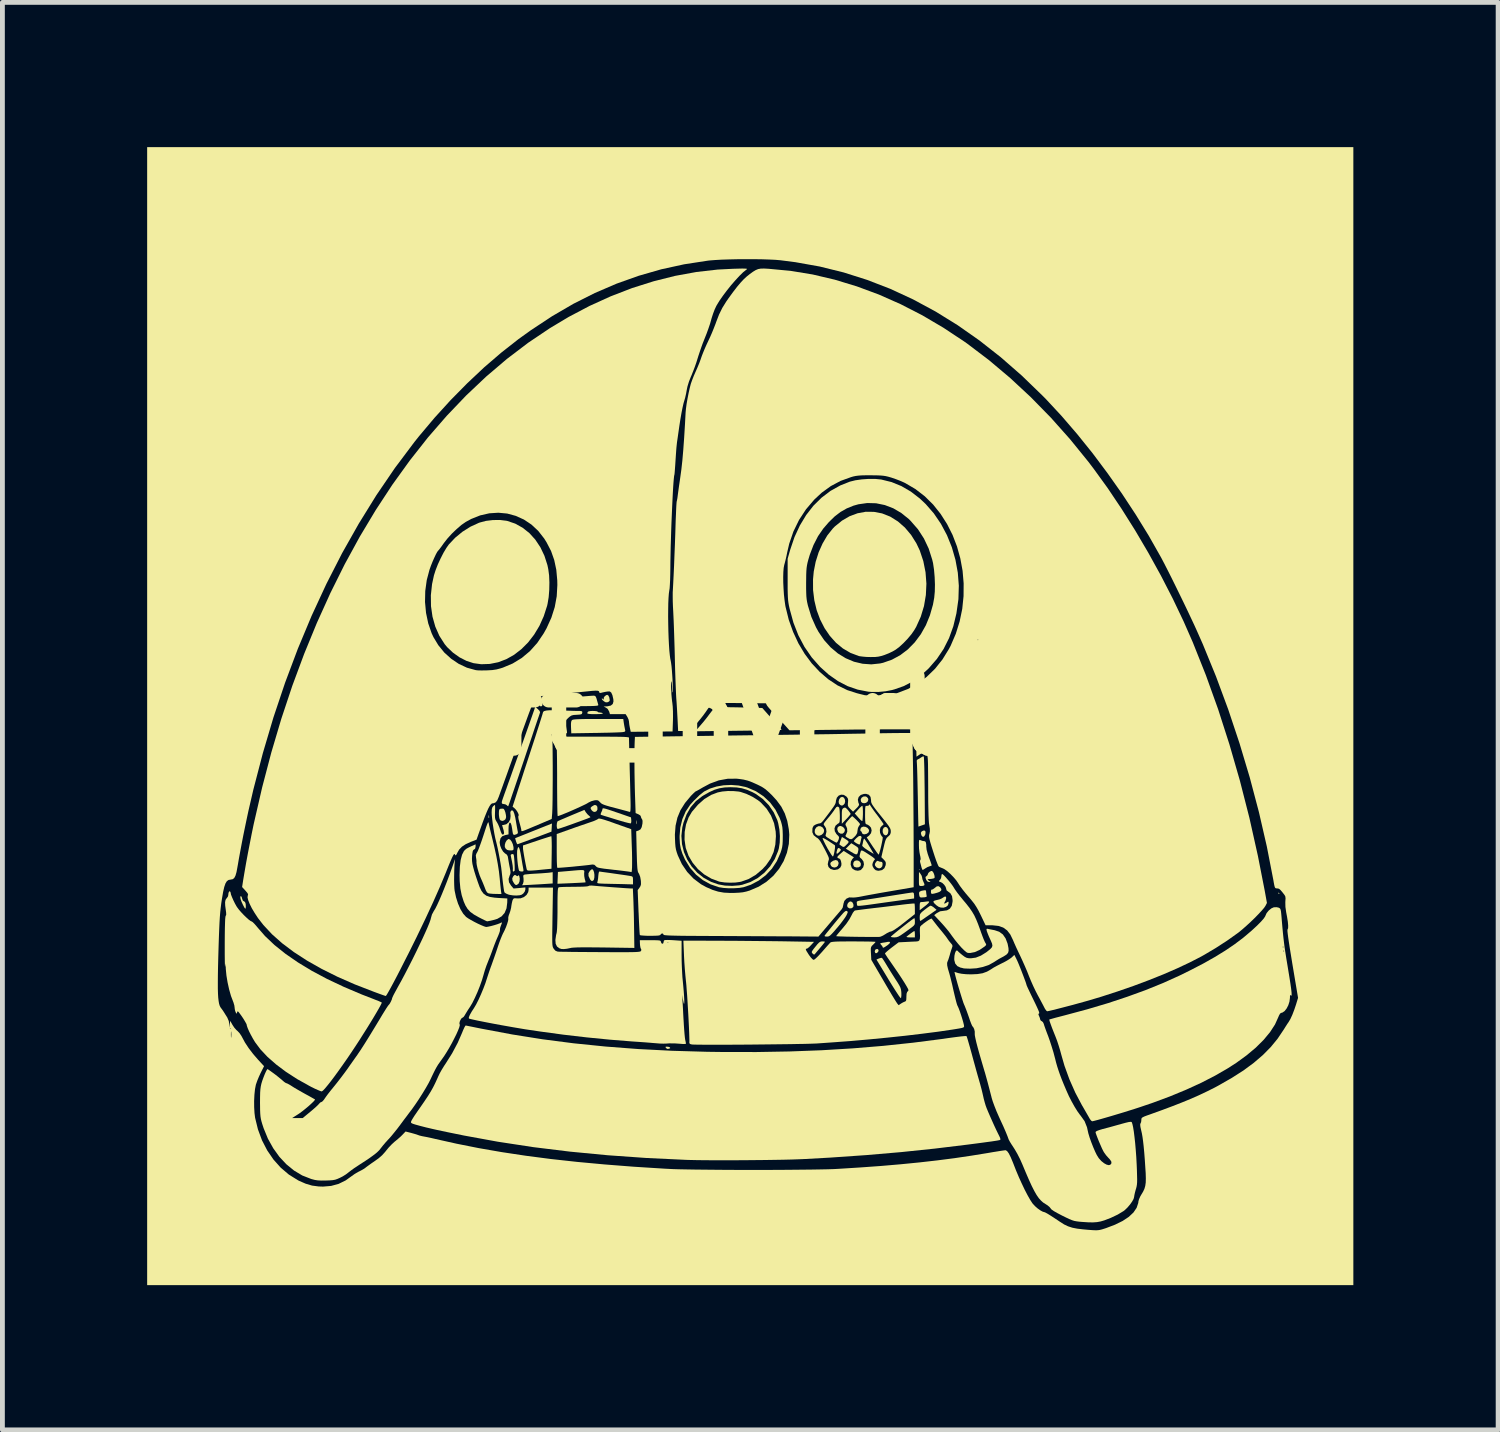
<source format=kicad_pcb>
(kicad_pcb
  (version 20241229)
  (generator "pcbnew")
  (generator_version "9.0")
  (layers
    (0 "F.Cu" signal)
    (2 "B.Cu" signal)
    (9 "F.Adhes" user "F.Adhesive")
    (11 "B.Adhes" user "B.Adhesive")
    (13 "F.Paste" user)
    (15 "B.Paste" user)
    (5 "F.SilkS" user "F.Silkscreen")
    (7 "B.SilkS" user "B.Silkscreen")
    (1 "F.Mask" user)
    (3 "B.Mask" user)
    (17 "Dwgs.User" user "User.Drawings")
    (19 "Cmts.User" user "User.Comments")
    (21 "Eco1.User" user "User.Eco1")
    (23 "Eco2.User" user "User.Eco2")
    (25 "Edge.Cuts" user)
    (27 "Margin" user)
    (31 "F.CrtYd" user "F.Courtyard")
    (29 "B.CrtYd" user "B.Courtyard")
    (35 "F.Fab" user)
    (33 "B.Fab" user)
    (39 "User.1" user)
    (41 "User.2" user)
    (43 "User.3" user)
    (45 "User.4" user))
  (footprint "art_inverted"
    (layer "F.Cu")
    (at 12.5 11.785)
    (property "Reference" "art_inverted" (at 0 0 0) (layer "F.SilkS") (effects (font (size 1.5 1.5) (thickness 0.3))))
    (attr board_only exclude_from_pos_files exclude_from_bom)
    (fp_poly (pts (xy 3.512 3.187) (xy 3.504 3.196) (xy 3.495 3.187) (xy 3.504 3.179)) (stroke (width 0) (type solid)) (fill yes) (layer "F.SilkS"))
    (fp_poly (pts (xy 10.95 3.669) (xy 10.968 3.685) (xy 10.964 3.695) (xy 10.962 3.695) (xy 10.948 3.683) (xy 10.942 3.676) (xy 10.94 3.665)) (stroke (width 0) (type solid)) (fill yes) (layer "F.SilkS"))
    (fp_poly (pts (xy -5.416 2.066) (xy -5.415 2.068) (xy -5.412 2.105) (xy -5.415 2.118) (xy -5.421 2.119) (xy -5.423 2.093) (xy -5.423 2.089) (xy -5.421 2.063)) (stroke (width 0) (type solid)) (fill yes) (layer "F.SilkS"))
    (fp_poly (pts (xy -2.352 2.177) (xy -2.349 2.22) (xy -2.352 2.243) (xy -2.357 2.247) (xy -2.359 2.223) (xy -2.359 2.205) (xy -2.358 2.173) (xy -2.354 2.168)) (stroke (width 0) (type solid)) (fill yes) (layer "F.SilkS"))
    (fp_poly (pts (xy -1.688 6.863) (xy -1.663 6.875) (xy -1.66 6.889) (xy -1.673 6.897) (xy -1.71 6.907) (xy -1.735 6.896) (xy -1.748 6.883) (xy -1.758 6.864) (xy -1.742 6.858) (xy -1.729 6.858)) (stroke (width 0) (type solid)) (fill yes) (layer "F.SilkS"))
    (fp_poly (pts (xy 2.66 4.856) (xy 2.654 4.888) (xy 2.653 4.889) (xy 2.625 4.919) (xy 2.598 4.921) (xy 2.591 4.916) (xy 2.58 4.885) (xy 2.59 4.852) (xy 2.608 4.837) (xy 2.642 4.836)) (stroke (width 0) (type solid)) (fill yes) (layer "F.SilkS"))
    (fp_poly (pts (xy -4.334 -0.303) (xy -4.315 -0.274) (xy -4.306 -0.237) (xy -4.313 -0.206) (xy -4.318 -0.201) (xy -4.343 -0.193) (xy -4.358 -0.205) (xy -4.377 -0.242) (xy -4.381 -0.28) (xy -4.369 -0.307) (xy -4.359 -0.312)) (stroke (width 0) (type solid)) (fill yes) (layer "F.SilkS"))
    (fp_poly (pts (xy 3.633 2.404) (xy 3.63 2.449) (xy 3.625 2.468) (xy 3.602 2.505) (xy 3.576 2.51) (xy 3.551 2.484) (xy 3.545 2.47) (xy 3.536 2.426) (xy 3.554 2.397) (xy 3.585 2.381) (xy 3.617 2.38)) (stroke (width 0) (type solid)) (fill yes) (layer "F.SilkS"))
    (fp_poly (pts (xy 1.84 2.743) (xy 1.857 2.753) (xy 1.877 2.771) (xy 1.877 2.786) (xy 1.856 2.812) (xy 1.849 2.82) (xy 1.812 2.854) (xy 1.791 2.859) (xy 1.788 2.836) (xy 1.791 2.817) (xy 1.806 2.765) (xy 1.821 2.742)) (stroke (width 0) (type solid)) (fill yes) (layer "F.SilkS"))
    (fp_poly (pts (xy 2.117 3.867) (xy 2.137 3.905) (xy 2.14 3.947) (xy 2.13 3.97) (xy 2.094 3.992) (xy 2.052 3.991) (xy 2.018 3.968) (xy 2.014 3.962) (xy 2.009 3.923) (xy 2.025 3.883) (xy 2.055 3.855) (xy 2.086 3.848)) (stroke (width 0) (type solid)) (fill yes) (layer "F.SilkS"))
    (fp_poly (pts (xy 2.413 1.681) (xy 2.441 1.712) (xy 2.447 1.739) (xy 2.433 1.779) (xy 2.4 1.805) (xy 2.358 1.814) (xy 2.319 1.804) (xy 2.297 1.781) (xy 2.289 1.738) (xy 2.306 1.701) (xy 2.341 1.676) (xy 2.385 1.671)) (stroke (width 0) (type solid)) (fill yes) (layer "F.SilkS"))
    (fp_poly (pts (xy 2.833 2.314) (xy 2.856 2.347) (xy 2.863 2.386) (xy 2.854 2.439) (xy 2.831 2.471) (xy 2.799 2.479) (xy 2.766 2.458) (xy 2.763 2.455) (xy 2.745 2.411) (xy 2.746 2.36) (xy 2.767 2.319) (xy 2.801 2.303)) (stroke (width 0) (type solid)) (fill yes) (layer "F.SilkS"))
    (fp_poly (pts (xy -3.195 1.853) (xy -3.171 1.883) (xy -3.169 1.892) (xy -3.167 1.943) (xy -3.187 1.978) (xy -3.22 1.994) (xy -3.258 1.986) (xy -3.29 1.955) (xy -3.308 1.922) (xy -3.306 1.903) (xy -3.281 1.879) (xy -3.281 1.879) (xy -3.233 1.851)) (stroke (width 0) (type solid)) (fill yes) (layer "F.SilkS"))
    (fp_poly (pts (xy 1.456 2.29) (xy 1.498 2.313) (xy 1.526 2.354) (xy 1.531 2.389) (xy 1.517 2.432) (xy 1.48 2.467) (xy 1.433 2.486) (xy 1.398 2.484) (xy 1.355 2.456) (xy 1.335 2.412) (xy 1.34 2.36) (xy 1.367 2.315) (xy 1.41 2.289)) (stroke (width 0) (type solid)) (fill yes) (layer "F.SilkS"))
    (fp_poly (pts (xy 1.809 3.003) (xy 1.829 3.041) (xy 1.831 3.063) (xy 1.817 3.108) (xy 1.784 3.137) (xy 1.74 3.146) (xy 1.697 3.133) (xy 1.675 3.111) (xy 1.658 3.071) (xy 1.671 3.037) (xy 1.716 3.006) (xy 1.718 3.005) (xy 1.771 2.99)) (stroke (width 0) (type solid)) (fill yes) (layer "F.SilkS"))
    (fp_poly (pts (xy 1.92 2.304) (xy 1.931 2.314) (xy 1.959 2.35) (xy 1.96 2.384) (xy 1.947 2.415) (xy 1.917 2.442) (xy 1.876 2.445) (xy 1.836 2.423) (xy 1.821 2.404) (xy 1.803 2.356) (xy 1.811 2.316) (xy 1.838 2.29) (xy 1.876 2.284)) (stroke (width 0) (type solid)) (fill yes) (layer "F.SilkS"))
    (fp_poly (pts (xy 1.938 1.695) (xy 1.96 1.73) (xy 1.967 1.774) (xy 1.958 1.817) (xy 1.938 1.842) (xy 1.908 1.861) (xy 1.884 1.859) (xy 1.86 1.846) (xy 1.836 1.816) (xy 1.832 1.773) (xy 1.845 1.728) (xy 1.871 1.694) (xy 1.905 1.681)) (stroke (width 0) (type solid)) (fill yes) (layer "F.SilkS"))
    (fp_poly (pts (xy 2.172 2.69) (xy 2.216 2.719) (xy 2.237 2.742) (xy 2.242 2.767) (xy 2.238 2.796) (xy 2.227 2.844) (xy 2.213 2.869) (xy 2.19 2.873) (xy 2.15 2.856) (xy 2.093 2.823) (xy 1.981 2.755) (xy 2.038 2.698) (xy 2.094 2.642)) (stroke (width 0) (type solid)) (fill yes) (layer "F.SilkS"))
    (fp_poly (pts (xy 2.236 3.002) (xy 2.273 3.026) (xy 2.293 3.065) (xy 2.289 3.106) (xy 2.28 3.121) (xy 2.245 3.141) (xy 2.199 3.144) (xy 2.158 3.131) (xy 2.148 3.122) (xy 2.133 3.082) (xy 2.141 3.038) (xy 2.165 3.008) (xy 2.201 2.999)) (stroke (width 0) (type solid)) (fill yes) (layer "F.SilkS"))
    (fp_poly (pts (xy 3.408 4.476) (xy 3.412 4.513) (xy 3.412 4.527) (xy 3.412 4.594) (xy 3.317 4.594) (xy 3.269 4.592) (xy 3.241 4.586) (xy 3.238 4.58) (xy 3.274 4.551) (xy 3.317 4.518) (xy 3.359 4.488) (xy 3.39 4.467) (xy 3.402 4.461)) (stroke (width 0) (type solid)) (fill yes) (layer "F.SilkS"))
    (fp_poly (pts (xy 3.709 3.856) (xy 3.697 3.879) (xy 3.658 3.916) (xy 3.612 3.953) (xy 3.512 4.03) (xy 3.512 3.946) (xy 3.514 3.896) (xy 3.521 3.871) (xy 3.537 3.862) (xy 3.55 3.861) (xy 3.591 3.859) (xy 3.644 3.852) (xy 3.649 3.851) (xy 3.693 3.847)) (stroke (width 0) (type solid)) (fill yes) (layer "F.SilkS"))
    (fp_poly (pts (xy -3.257 3.197) (xy -3.253 3.203) (xy -3.238 3.241) (xy -3.23 3.295) (xy -3.231 3.35) (xy -3.24 3.394) (xy -3.249 3.409) (xy -3.276 3.427) (xy -3.299 3.417) (xy -3.32 3.391) (xy -3.352 3.322) (xy -3.353 3.264) (xy -3.323 3.214) (xy -3.321 3.212) (xy -3.291 3.186) (xy -3.273 3.181)) (stroke (width 0) (type solid)) (fill yes) (layer "F.SilkS"))
    (fp_poly (pts (xy 1.945 2.539) (xy 2.001 2.574) (xy 2.032 2.598) (xy 2.039 2.618) (xy 2.026 2.641) (xy 1.996 2.672) (xy 1.961 2.706) (xy 1.938 2.719) (xy 1.917 2.715) (xy 1.897 2.702) (xy 1.866 2.681) (xy 1.849 2.669) (xy 1.851 2.652) (xy 1.862 2.614) (xy 1.872 2.589) (xy 1.9 2.513)) (stroke (width 0) (type solid)) (fill yes) (layer "F.SilkS"))
    (fp_poly (pts (xy 2.329 1.88) (xy 2.333 1.92) (xy 2.335 1.977) (xy 2.335 2.044) (xy 2.332 2.112) (xy 2.326 2.172) (xy 2.325 2.18) (xy 2.314 2.181) (xy 2.286 2.159) (xy 2.247 2.118) (xy 2.244 2.114) (xy 2.166 2.025) (xy 2.236 1.946) (xy 2.274 1.904) (xy 2.306 1.875) (xy 2.323 1.865)) (stroke (width 0) (type solid)) (fill yes) (layer "F.SilkS"))
    (fp_poly (pts (xy 2.651 3.01) (xy 2.655 3.013) (xy 2.69 3.026) (xy 2.708 3.026) (xy 2.732 3.032) (xy 2.743 3.063) (xy 2.743 3.068) (xy 2.737 3.119) (xy 2.709 3.152) (xy 2.67 3.164) (xy 2.626 3.148) (xy 2.607 3.132) (xy 2.584 3.099) (xy 2.585 3.069) (xy 2.606 3.032) (xy 2.63 3.007)) (stroke (width 0) (type solid)) (fill yes) (layer "F.SilkS"))
    (fp_poly (pts (xy 2.387 2.302) (xy 2.43 2.324) (xy 2.458 2.36) (xy 2.463 2.385) (xy 2.449 2.421) (xy 2.413 2.447) (xy 2.367 2.458) (xy 2.334 2.452) (xy 2.315 2.43) (xy 2.314 2.42) (xy 2.304 2.399) (xy 2.297 2.397) (xy 2.283 2.384) (xy 2.282 2.355) (xy 2.294 2.325) (xy 2.3 2.317) (xy 2.34 2.298)) (stroke (width 0) (type solid)) (fill yes) (layer "F.SilkS"))
    (fp_poly (pts (xy 3.529 3.277) (xy 3.553 3.317) (xy 3.562 3.352) (xy 3.569 3.39) (xy 3.588 3.439) (xy 3.593 3.449) (xy 3.611 3.493) (xy 3.605 3.517) (xy 3.573 3.527) (xy 3.536 3.529) (xy 3.516 3.527) (xy 3.505 3.519) (xy 3.498 3.497) (xy 3.496 3.455) (xy 3.496 3.386) (xy 3.496 3.383) (xy 3.497 3.237)) (stroke (width 0) (type solid)) (fill yes) (layer "F.SilkS"))
    (fp_poly (pts (xy -10.539 3.762) (xy -10.53 3.795) (xy -10.516 3.831) (xy -10.495 3.845) (xy -10.472 3.86) (xy -10.458 3.899) (xy -10.455 3.954) (xy -10.456 3.972) (xy -10.46 3.995) (xy -10.468 3.998) (xy -10.482 3.98) (xy -10.506 3.936) (xy -10.516 3.916) (xy -10.543 3.857) (xy -10.562 3.804) (xy -10.569 3.77) (xy -10.565 3.74) (xy -10.553 3.738)) (stroke (width 0) (type solid)) (fill yes) (layer "F.SilkS"))
    (fp_poly (pts (xy -5.111 1.93) (xy -5.093 1.956) (xy -5.076 2.002) (xy -5.064 2.057) (xy -5.06 2.101) (xy -5.072 2.143) (xy -5.103 2.17) (xy -5.141 2.18) (xy -5.176 2.168) (xy -5.193 2.148) (xy -5.202 2.114) (xy -5.209 2.06) (xy -5.21 2.025) (xy -5.208 1.973) (xy -5.202 1.944) (xy -5.186 1.931) (xy -5.169 1.927) (xy -5.131 1.925)) (stroke (width 0) (type solid)) (fill yes) (layer "F.SilkS"))
    (fp_poly (pts (xy -4.974 2.57) (xy -4.945 2.609) (xy -4.921 2.663) (xy -4.907 2.723) (xy -4.907 2.73) (xy -4.906 2.769) (xy -4.918 2.786) (xy -4.952 2.791) (xy -4.952 2.792) (xy -5.002 2.789) (xy -5.039 2.78) (xy -5.07 2.753) (xy -5.087 2.719) (xy -5.087 2.673) (xy -5.072 2.623) (xy -5.046 2.581) (xy -5.015 2.557) (xy -5.003 2.555)) (stroke (width 0) (type solid)) (fill yes) (layer "F.SilkS"))
    (fp_poly (pts (xy -4.853 3.312) (xy -4.828 3.326) (xy -4.812 3.315) (xy -4.811 3.314) (xy -4.798 3.304) (xy -4.788 3.321) (xy -4.777 3.376) (xy -4.782 3.433) (xy -4.801 3.477) (xy -4.808 3.485) (xy -4.842 3.508) (xy -4.869 3.503) (xy -4.895 3.474) (xy -4.928 3.416) (xy -4.933 3.369) (xy -4.913 3.328) (xy -4.888 3.302) (xy -4.868 3.301)) (stroke (width 0) (type solid)) (fill yes) (layer "F.SilkS"))
    (fp_poly (pts (xy 1.981 1.91) (xy 2.009 1.937) (xy 2.026 1.956) (xy 2.057 1.996) (xy 2.077 2.026) (xy 2.081 2.035) (xy 2.07 2.053) (xy 2.041 2.088) (xy 2 2.133) (xy 1.989 2.144) (xy 1.898 2.239) (xy 1.898 2.085) (xy 1.898 2.012) (xy 1.901 1.966) (xy 1.908 1.938) (xy 1.92 1.922) (xy 1.934 1.912) (xy 1.959 1.903)) (stroke (width 0) (type solid)) (fill yes) (layer "F.SilkS"))
    (fp_poly (pts (xy 2.898 4.696) (xy 2.886 4.721) (xy 2.846 4.755) (xy 2.841 4.758) (xy 2.791 4.792) (xy 2.762 4.807) (xy 2.749 4.807) (xy 2.746 4.797) (xy 2.736 4.776) (xy 2.714 4.749) (xy 2.695 4.726) (xy 2.698 4.715) (xy 2.727 4.708) (xy 2.743 4.705) (xy 2.795 4.697) (xy 2.837 4.689) (xy 2.839 4.688) (xy 2.882 4.684)) (stroke (width 0) (type solid)) (fill yes) (layer "F.SilkS"))
    (fp_poly (pts (xy 3.641 3.623) (xy 3.645 3.645) (xy 3.645 3.649) (xy 3.65 3.697) (xy 3.655 3.722) (xy 3.658 3.745) (xy 3.644 3.756) (xy 3.608 3.763) (xy 3.588 3.764) (xy 3.542 3.767) (xy 3.518 3.76) (xy 3.507 3.739) (xy 3.502 3.715) (xy 3.498 3.671) (xy 3.511 3.645) (xy 3.548 3.629) (xy 3.583 3.622) (xy 3.623 3.616)) (stroke (width 0) (type solid)) (fill yes) (layer "F.SilkS"))
    (fp_poly (pts (xy 3.933 3.552) (xy 3.935 3.555) (xy 3.961 3.593) (xy 3.956 3.625) (xy 3.919 3.652) (xy 3.872 3.669) (xy 3.809 3.686) (xy 3.771 3.692) (xy 3.752 3.686) (xy 3.746 3.666) (xy 3.745 3.644) (xy 3.749 3.612) (xy 3.76 3.602) (xy 3.761 3.603) (xy 3.782 3.599) (xy 3.814 3.577) (xy 3.821 3.571) (xy 3.865 3.537) (xy 3.9 3.532)) (stroke (width 0) (type solid)) (fill yes) (layer "F.SilkS"))
    (fp_poly (pts (xy 1.53 4.679) (xy 1.548 4.684) (xy 1.548 4.685) (xy 1.537 4.702) (xy 1.505 4.742) (xy 1.452 4.806) (xy 1.378 4.893) (xy 1.332 4.948) (xy 1.314 4.947) (xy 1.291 4.928) (xy 1.278 4.911) (xy 1.275 4.894) (xy 1.286 4.871) (xy 1.312 4.834) (xy 1.35 4.787) (xy 1.395 4.732) (xy 1.428 4.699) (xy 1.456 4.682) (xy 1.485 4.677) (xy 1.493 4.677)) (stroke (width 0) (type solid)) (fill yes) (layer "F.SilkS"))
    (fp_poly (pts (xy 2.287 2.49) (xy 2.307 2.509) (xy 2.307 2.523) (xy 2.299 2.553) (xy 2.289 2.598) (xy 2.288 2.604) (xy 2.278 2.645) (xy 2.268 2.668) (xy 2.266 2.669) (xy 2.246 2.665) (xy 2.211 2.648) (xy 2.201 2.643) (xy 2.166 2.619) (xy 2.148 2.601) (xy 2.147 2.598) (xy 2.158 2.581) (xy 2.186 2.55) (xy 2.203 2.533) (xy 2.249 2.496) (xy 2.283 2.489)) (stroke (width 0) (type solid)) (fill yes) (layer "F.SilkS"))
    (fp_poly (pts (xy -3.221 -0.098) (xy -3.182 -0.093) (xy -3.163 -0.085) (xy -3.163 -0.083) (xy -3.148 -0.071) (xy -3.114 -0.067) (xy -3.075 -0.061) (xy -3.054 -0.05) (xy -3.065 -0.042) (xy -3.106 -0.036) (xy -3.178 -0.034) (xy -3.211 -0.033) (xy -3.291 -0.034) (xy -3.341 -0.038) (xy -3.369 -0.044) (xy -3.379 -0.054) (xy -3.379 -0.056) (xy -3.365 -0.082) (xy -3.353 -0.09) (xy -3.318 -0.097) (xy -3.27 -0.1)) (stroke (width 0) (type solid)) (fill yes) (layer "F.SilkS"))
    (fp_poly (pts (xy -2.94 -0.418) (xy -2.922 -0.38) (xy -2.913 -0.328) (xy -2.913 -0.315) (xy -2.927 -0.295) (xy -2.958 -0.28) (xy -2.992 -0.278) (xy -2.996 -0.279) (xy -3.031 -0.298) (xy -3.063 -0.326) (xy -3.079 -0.351) (xy -3.079 -0.354) (xy -3.069 -0.358) (xy -3.051 -0.347) (xy -3.032 -0.334) (xy -3.034 -0.344) (xy -3.036 -0.346) (xy -3.036 -0.374) (xy -3.016 -0.405) (xy -2.984 -0.428) (xy -2.962 -0.433)) (stroke (width 0) (type solid)) (fill yes) (layer "F.SilkS"))
    (fp_poly (pts (xy 3.757 3.942) (xy 3.794 3.965) (xy 3.807 3.976) (xy 3.861 4.022) (xy 3.708 4.129) (xy 3.644 4.173) (xy 3.59 4.211) (xy 3.55 4.238) (xy 3.534 4.249) (xy 3.52 4.25) (xy 3.514 4.226) (xy 3.512 4.183) (xy 3.514 4.141) (xy 3.521 4.111) (xy 3.541 4.084) (xy 3.577 4.051) (xy 3.612 4.023) (xy 3.663 3.984) (xy 3.705 3.954) (xy 3.731 3.937) (xy 3.733 3.937)) (stroke (width 0) (type solid)) (fill yes) (layer "F.SilkS"))
    (fp_poly (pts (xy -4.115 2.317) (xy -4.12 2.402) (xy -4.468 2.533) (xy -4.57 2.57) (xy -4.66 2.604) (xy -4.735 2.631) (xy -4.791 2.651) (xy -4.821 2.662) (xy -4.826 2.663) (xy -4.837 2.649) (xy -4.851 2.614) (xy -4.855 2.601) (xy -4.867 2.561) (xy -4.872 2.539) (xy -4.872 2.537) (xy -4.856 2.531) (xy -4.814 2.514) (xy -4.749 2.488) (xy -4.666 2.455) (xy -4.569 2.416) (xy -4.489 2.384) (xy -4.11 2.233)) (stroke (width 0) (type solid)) (fill yes) (layer "F.SilkS"))
    (fp_poly (pts (xy 2.374 2.561) (xy 2.399 2.597) (xy 2.434 2.65) (xy 2.467 2.705) (xy 2.505 2.768) (xy 2.535 2.819) (xy 2.554 2.853) (xy 2.559 2.863) (xy 2.544 2.854) (xy 2.508 2.832) (xy 2.457 2.801) (xy 2.433 2.786) (xy 2.371 2.744) (xy 2.332 2.71) (xy 2.32 2.689) (xy 2.32 2.687) (xy 2.329 2.657) (xy 2.338 2.612) (xy 2.339 2.606) (xy 2.349 2.567) (xy 2.359 2.548) (xy 2.361 2.547)) (stroke (width 0) (type solid)) (fill yes) (layer "F.SilkS"))
    (fp_poly (pts (xy -4.907 2.875) (xy -4.899 2.898) (xy -4.894 2.942) (xy -4.888 3.013) (xy -4.887 3.029) (xy -4.883 3.101) (xy -4.882 3.161) (xy -4.883 3.201) (xy -4.885 3.213) (xy -4.906 3.23) (xy -4.921 3.22) (xy -4.921 3.192) (xy -4.92 3.158) (xy -4.925 3.103) (xy -4.936 3.038) (xy -4.937 3.03) (xy -4.95 2.968) (xy -4.96 2.918) (xy -4.965 2.89) (xy -4.966 2.888) (xy -4.954 2.873) (xy -4.933 2.867) (xy -4.917 2.866)) (stroke (width 0) (type solid)) (fill yes) (layer "F.SilkS"))
    (fp_poly (pts (xy -4.792 2.733) (xy -4.777 2.777) (xy -4.76 2.853) (xy -4.746 2.933) (xy -4.732 3.018) (xy -4.719 3.094) (xy -4.708 3.153) (xy -4.702 3.188) (xy -4.701 3.192) (xy -4.701 3.22) (xy -4.725 3.229) (xy -4.731 3.229) (xy -4.769 3.224) (xy -4.787 3.216) (xy -4.797 3.195) (xy -4.807 3.147) (xy -4.817 3.083) (xy -4.825 3.009) (xy -4.831 2.933) (xy -4.833 2.864) (xy -4.832 2.809) (xy -4.83 2.789) (xy -4.818 2.74) (xy -4.806 2.721)) (stroke (width 0) (type solid)) (fill yes) (layer "F.SilkS"))
    (fp_poly (pts (xy -3.471 3.199) (xy -3.45 3.204) (xy -3.441 3.215) (xy -3.439 3.232) (xy -3.442 3.255) (xy -3.443 3.261) (xy -3.441 3.323) (xy -3.43 3.384) (xy -3.429 3.387) (xy -3.417 3.427) (xy -3.414 3.451) (xy -3.415 3.453) (xy -3.432 3.455) (xy -3.478 3.458) (xy -3.546 3.462) (xy -3.63 3.466) (xy -3.708 3.47) (xy -3.996 3.482) (xy -3.991 3.359) (xy -3.986 3.237) (xy -3.762 3.218) (xy -3.65 3.208) (xy -3.567 3.201) (xy -3.509 3.198)) (stroke (width 0) (type solid)) (fill yes) (layer "F.SilkS"))
    (fp_poly (pts (xy 1.521 2.538) (xy 1.561 2.559) (xy 1.612 2.59) (xy 1.626 2.599) (xy 1.68 2.635) (xy 1.724 2.664) (xy 1.75 2.681) (xy 1.753 2.682) (xy 1.758 2.703) (xy 1.756 2.744) (xy 1.748 2.797) (xy 1.738 2.851) (xy 1.726 2.895) (xy 1.714 2.918) (xy 1.703 2.909) (xy 1.678 2.876) (xy 1.645 2.823) (xy 1.605 2.756) (xy 1.594 2.735) (xy 1.555 2.663) (xy 1.525 2.602) (xy 1.505 2.557) (xy 1.499 2.534) (xy 1.5 2.533)) (stroke (width 0) (type solid)) (fill yes) (layer "F.SilkS"))
    (fp_poly (pts (xy -4.095 3.359) (xy -4.095 3.476) (xy -4.232 3.485) (xy -4.311 3.49) (xy -4.408 3.496) (xy -4.506 3.501) (xy -4.549 3.504) (xy -4.729 3.513) (xy -4.709 3.477) (xy -4.698 3.433) (xy -4.699 3.374) (xy -4.7 3.369) (xy -4.705 3.324) (xy -4.699 3.302) (xy -4.677 3.292) (xy -4.656 3.289) (xy -4.617 3.285) (xy -4.555 3.279) (xy -4.478 3.274) (xy -4.419 3.271) (xy -4.336 3.266) (xy -4.258 3.26) (xy -4.194 3.255) (xy -4.165 3.252) (xy -4.095 3.242)) (stroke (width 0) (type solid)) (fill yes) (layer "F.SilkS"))
    (fp_poly (pts (xy 3.768 3.218) (xy 3.789 3.239) (xy 3.808 3.278) (xy 3.82 3.321) (xy 3.821 3.355) (xy 3.817 3.364) (xy 3.792 3.374) (xy 3.747 3.382) (xy 3.732 3.383) (xy 3.689 3.386) (xy 3.675 3.392) (xy 3.686 3.405) (xy 3.7 3.416) (xy 3.737 3.445) (xy 3.701 3.445) (xy 3.667 3.431) (xy 3.644 3.394) (xy 3.632 3.357) (xy 3.636 3.337) (xy 3.651 3.326) (xy 3.674 3.303) (xy 3.679 3.289) (xy 3.691 3.259) (xy 3.72 3.232) (xy 3.753 3.217)) (stroke (width 0) (type solid)) (fill yes) (layer "F.SilkS"))
    (fp_poly (pts (xy -3.41 1.997) (xy -3.377 2.039) (xy -3.344 2.07) (xy -3.319 2.092) (xy -3.314 2.105) (xy -3.332 2.113) (xy -3.376 2.131) (xy -3.441 2.155) (xy -3.519 2.184) (xy -3.606 2.215) (xy -3.696 2.248) (xy -3.784 2.279) (xy -3.862 2.306) (xy -3.927 2.328) (xy -3.972 2.342) (xy -3.99 2.347) (xy -4.005 2.331) (xy -4.011 2.285) (xy -4.011 2.273) (xy -4.007 2.225) (xy -3.996 2.192) (xy -3.991 2.186) (xy -3.969 2.176) (xy -3.923 2.155) (xy -3.856 2.127) (xy -3.775 2.092) (xy -3.704 2.062) (xy -3.438 1.951)) (stroke (width 0) (type solid)) (fill yes) (layer "F.SilkS"))
    (fp_poly (pts (xy -3.036 1.919) (xy -3.004 1.926) (xy -2.954 1.941) (xy -2.883 1.964) (xy -2.785 1.998) (xy -2.746 2.011) (xy -2.472 2.106) (xy -2.466 2.162) (xy -2.466 2.203) (xy -2.474 2.229) (xy -2.475 2.23) (xy -2.494 2.229) (xy -2.54 2.219) (xy -2.607 2.202) (xy -2.69 2.178) (xy -2.78 2.151) (xy -2.874 2.122) (xy -2.957 2.096) (xy -3.025 2.076) (xy -3.072 2.061) (xy -3.091 2.055) (xy -3.102 2.043) (xy -3.093 2.013) (xy -3.087 2.002) (xy -3.07 1.963) (xy -3.063 1.935) (xy -3.061 1.924) (xy -3.053 1.919)) (stroke (width 0) (type solid)) (fill yes) (layer "F.SilkS"))
    (fp_poly (pts (xy 4.059 3.758) (xy 4.059 3.79) (xy 4.047 3.832) (xy 4.034 3.854) (xy 4.019 3.885) (xy 4.028 3.894) (xy 4.059 3.879) (xy 4.074 3.869) (xy 4.101 3.853) (xy 4.11 3.86) (xy 4.111 3.883) (xy 4.097 3.929) (xy 4.059 3.961) (xy 4.006 3.978) (xy 3.947 3.975) (xy 3.903 3.959) (xy 3.858 3.928) (xy 3.819 3.892) (xy 3.797 3.861) (xy 3.795 3.851) (xy 3.81 3.836) (xy 3.85 3.823) (xy 3.87 3.819) (xy 3.926 3.805) (xy 3.974 3.784) (xy 3.985 3.776) (xy 4.019 3.754) (xy 4.043 3.745)) (stroke (width 0) (type solid)) (fill yes) (layer "F.SilkS"))
    (fp_poly (pts (xy -4.12 2.512) (xy -4.117 2.557) (xy -4.115 2.624) (xy -4.114 2.71) (xy -4.115 2.81) (xy -4.115 2.834) (xy -4.12 3.171) (xy -4.319 3.19) (xy -4.427 3.201) (xy -4.506 3.207) (xy -4.561 3.21) (xy -4.597 3.209) (xy -4.618 3.204) (xy -4.629 3.194) (xy -4.634 3.179) (xy -4.635 3.175) (xy -4.656 3.073) (xy -4.675 2.973) (xy -4.691 2.882) (xy -4.703 2.808) (xy -4.71 2.756) (xy -4.71 2.74) (xy -4.71 2.688) (xy -4.423 2.592) (xy -4.331 2.561) (xy -4.25 2.535) (xy -4.184 2.514) (xy -4.14 2.501) (xy -4.123 2.496)) (stroke (width 0) (type solid)) (fill yes) (layer "F.SilkS"))
    (fp_poly (pts (xy 2.729 5.018) (xy 2.743 5.035) (xy 2.769 5.074) (xy 2.802 5.127) (xy 2.814 5.147) (xy 2.852 5.21) (xy 2.901 5.29) (xy 2.956 5.377) (xy 3.005 5.454) (xy 3.055 5.531) (xy 3.089 5.588) (xy 3.111 5.632) (xy 3.123 5.669) (xy 3.129 5.708) (xy 3.132 5.744) (xy 3.132 5.803) (xy 3.127 5.842) (xy 3.12 5.854) (xy 3.108 5.841) (xy 3.08 5.804) (xy 3.041 5.745) (xy 2.991 5.668) (xy 2.934 5.577) (xy 2.871 5.475) (xy 2.86 5.456) (xy 2.616 5.053) (xy 2.666 5.031) (xy 2.704 5.019) (xy 2.729 5.018)) (stroke (width 0) (type solid)) (fill yes) (layer "F.SilkS"))
    (fp_poly (pts (xy -2.621 0.146) (xy -2.611 0.207) (xy -2.6 0.263) (xy -2.597 0.278) (xy -2.59 0.312) (xy -2.597 0.328) (xy -2.626 0.336) (xy -2.652 0.34) (xy -2.686 0.342) (xy -2.749 0.345) (xy -2.835 0.348) (xy -2.94 0.351) (xy -3.058 0.353) (xy -3.185 0.356) (xy -3.215 0.356) (xy -3.709 0.364) (xy -3.715 0.239) (xy -3.716 0.169) (xy -3.712 0.125) (xy -3.701 0.098) (xy -3.694 0.09) (xy -3.681 0.083) (xy -3.657 0.078) (xy -3.619 0.074) (xy -3.563 0.071) (xy -3.485 0.069) (xy -3.384 0.067) (xy -3.255 0.067) (xy -3.15 0.067) (xy -2.632 0.067)) (stroke (width 0) (type solid)) (fill yes) (layer "F.SilkS"))
    (fp_poly (pts (xy 3.408 4.209) (xy 3.412 4.247) (xy 3.412 4.266) (xy 3.412 4.293) (xy 3.41 4.314) (xy 3.402 4.333) (xy 3.385 4.354) (xy 3.354 4.38) (xy 3.306 4.416) (xy 3.238 4.466) (xy 3.182 4.506) (xy 3.118 4.55) (xy 3.071 4.577) (xy 3.032 4.59) (xy 2.992 4.594) (xy 2.986 4.594) (xy 2.942 4.591) (xy 2.916 4.585) (xy 2.913 4.581) (xy 2.925 4.568) (xy 2.959 4.538) (xy 3.009 4.496) (xy 3.071 4.446) (xy 3.139 4.392) (xy 3.209 4.337) (xy 3.274 4.286) (xy 3.331 4.243) (xy 3.374 4.212) (xy 3.399 4.196) (xy 3.402 4.194)) (stroke (width 0) (type solid)) (fill yes) (layer "F.SilkS"))
    (fp_poly (pts (xy 2 4.046) (xy 2.017 4.058) (xy 2.02 4.074) (xy 2.009 4.103) (xy 1.991 4.141) (xy 1.965 4.183) (xy 1.922 4.243) (xy 1.869 4.313) (xy 1.81 4.385) (xy 1.798 4.398) (xy 1.737 4.47) (xy 1.692 4.519) (xy 1.659 4.551) (xy 1.634 4.568) (xy 1.611 4.576) (xy 1.588 4.577) (xy 1.55 4.574) (xy 1.54 4.563) (xy 1.543 4.555) (xy 1.557 4.536) (xy 1.589 4.495) (xy 1.636 4.438) (xy 1.693 4.368) (xy 1.757 4.289) (xy 1.763 4.282) (xy 1.836 4.194) (xy 1.891 4.13) (xy 1.931 4.085) (xy 1.96 4.058) (xy 1.98 4.046) (xy 1.995 4.044)) (stroke (width 0) (type solid)) (fill yes) (layer "F.SilkS"))
    (fp_poly (pts (xy -3.109 3.231) (xy -3.062 3.238) (xy -2.994 3.247) (xy -2.913 3.258) (xy -2.824 3.271) (xy -2.733 3.284) (xy -2.647 3.296) (xy -2.572 3.307) (xy -2.515 3.316) (xy -2.484 3.321) (xy -2.452 3.329) (xy -2.436 3.343) (xy -2.431 3.374) (xy -2.43 3.413) (xy -2.43 3.495) (xy -2.551 3.492) (xy -2.612 3.49) (xy -2.697 3.488) (xy -2.795 3.486) (xy -2.897 3.484) (xy -2.927 3.483) (xy -3.024 3.481) (xy -3.093 3.478) (xy -3.137 3.475) (xy -3.162 3.47) (xy -3.171 3.462) (xy -3.17 3.452) (xy -3.169 3.449) (xy -3.161 3.417) (xy -3.153 3.365) (xy -3.15 3.325) (xy -3.144 3.273) (xy -3.136 3.239) (xy -3.129 3.229)) (stroke (width 0) (type solid)) (fill yes) (layer "F.SilkS"))
    (fp_poly (pts (xy -0.446 -0.177) (xy -0.312 -0.175) (xy -0.204 -0.173) (xy 0.25 -0.161) (xy 0.361 -0.035) (xy 0.422 0.033) (xy 0.487 0.105) (xy 0.546 0.169) (xy 0.564 0.187) (xy 0.605 0.232) (xy 0.635 0.269) (xy 0.647 0.289) (xy 0.646 0.292) (xy 0.628 0.294) (xy 0.58 0.296) (xy 0.505 0.298) (xy 0.405 0.301) (xy 0.285 0.303) (xy 0.147 0.306) (xy -0.006 0.308) (xy -0.17 0.31) (xy -0.252 0.311) (xy -1.14 0.322) (xy -1.031 0.198) (xy -0.972 0.129) (xy -0.91 0.052) (xy -0.857 -0.018) (xy -0.844 -0.036) (xy -0.789 -0.107) (xy -0.741 -0.15) (xy -0.712 -0.165) (xy -0.681 -0.171) (xy -0.628 -0.175) (xy -0.551 -0.177)) (stroke (width 0) (type solid)) (fill yes) (layer "F.SilkS"))
    (fp_poly (pts (xy 2.129 2.092) (xy 2.161 2.121) (xy 2.203 2.161) (xy 2.205 2.163) (xy 2.247 2.207) (xy 2.269 2.234) (xy 2.274 2.253) (xy 2.265 2.27) (xy 2.255 2.28) (xy 2.232 2.326) (xy 2.223 2.38) (xy 2.216 2.431) (xy 2.191 2.475) (xy 2.165 2.504) (xy 2.124 2.543) (xy 2.094 2.559) (xy 2.062 2.554) (xy 2.019 2.53) (xy 2.017 2.53) (xy 1.983 2.507) (xy 1.973 2.489) (xy 1.983 2.467) (xy 1.988 2.459) (xy 2.011 2.4) (xy 2.007 2.334) (xy 1.988 2.289) (xy 1.975 2.266) (xy 1.974 2.245) (xy 1.987 2.219) (xy 2.019 2.179) (xy 2.032 2.164) (xy 2.069 2.122) (xy 2.099 2.092) (xy 2.113 2.081)) (stroke (width 0) (type solid)) (fill yes) (layer "F.SilkS"))
    (fp_poly (pts (xy 3.597 0.844) (xy 3.599 0.863) (xy 3.602 0.912) (xy 3.605 0.987) (xy 3.608 1.084) (xy 3.61 1.201) (xy 3.612 1.333) (xy 3.614 1.478) (xy 3.615 1.554) (xy 3.62 2.25) (xy 3.554 2.273) (xy 3.512 2.288) (xy 3.488 2.296) (xy 3.485 2.297) (xy 3.485 2.281) (xy 3.484 2.235) (xy 3.482 2.163) (xy 3.48 2.069) (xy 3.478 1.955) (xy 3.475 1.826) (xy 3.473 1.685) (xy 3.472 1.644) (xy 3.469 1.498) (xy 3.466 1.362) (xy 3.463 1.239) (xy 3.46 1.133) (xy 3.457 1.048) (xy 3.454 0.988) (xy 3.452 0.956) (xy 3.451 0.953) (xy 3.453 0.919) (xy 3.473 0.904) (xy 3.509 0.886) (xy 3.544 0.862) (xy 3.576 0.844) (xy 3.596 0.844)) (stroke (width 0) (type solid)) (fill yes) (layer "F.SilkS"))
    (fp_poly (pts (xy 3.389 3.675) (xy 3.395 3.716) (xy 3.396 3.724) (xy 3.396 3.787) (xy 2.867 3.86) (xy 2.703 3.883) (xy 2.569 3.902) (xy 2.462 3.917) (xy 2.378 3.928) (xy 2.316 3.935) (xy 2.272 3.939) (xy 2.242 3.94) (xy 2.224 3.937) (xy 2.215 3.931) (xy 2.212 3.923) (xy 2.211 3.911) (xy 2.211 3.897) (xy 2.21 3.896) (xy 2.207 3.872) (xy 2.209 3.856) (xy 2.222 3.844) (xy 2.251 3.835) (xy 2.301 3.826) (xy 2.376 3.815) (xy 2.405 3.811) (xy 2.46 3.803) (xy 2.541 3.791) (xy 2.642 3.775) (xy 2.756 3.757) (xy 2.876 3.738) (xy 2.943 3.727) (xy 3.056 3.709) (xy 3.159 3.693) (xy 3.246 3.679) (xy 3.314 3.669) (xy 3.358 3.663) (xy 3.371 3.662)) (stroke (width 0) (type solid)) (fill yes) (layer "F.SilkS"))
    (fp_poly (pts (xy 3.519 2.575) (xy 3.528 2.579) (xy 3.57 2.594) (xy 3.593 2.597) (xy 3.624 2.603) (xy 3.641 2.628) (xy 3.648 2.676) (xy 3.648 2.709) (xy 3.655 2.776) (xy 3.679 2.866) (xy 3.704 2.938) (xy 3.729 3.004) (xy 3.748 3.058) (xy 3.759 3.092) (xy 3.762 3.101) (xy 3.748 3.11) (xy 3.717 3.12) (xy 3.67 3.138) (xy 3.627 3.164) (xy 3.594 3.186) (xy 3.573 3.196) (xy 3.573 3.196) (xy 3.563 3.181) (xy 3.55 3.145) (xy 3.545 3.125) (xy 3.532 3.075) (xy 3.521 3.035) (xy 3.519 3.027) (xy 3.52 2.998) (xy 3.527 2.989) (xy 3.532 2.967) (xy 3.526 2.921) (xy 3.519 2.892) (xy 3.507 2.828) (xy 3.498 2.75) (xy 3.496 2.683) (xy 3.496 2.621) (xy 3.499 2.587) (xy 3.506 2.573)) (stroke (width 0) (type solid)) (fill yes) (layer "F.SilkS"))
    (fp_poly (pts (xy -3.218 -0.412) (xy -3.2 -0.392) (xy -3.184 -0.35) (xy -3.181 -0.337) (xy -3.166 -0.284) (xy -3.154 -0.241) (xy -3.15 -0.229) (xy -3.15 -0.221) (xy -3.155 -0.214) (xy -3.171 -0.209) (xy -3.199 -0.206) (xy -3.243 -0.203) (xy -3.306 -0.201) (xy -3.392 -0.2) (xy -3.505 -0.2) (xy -3.646 -0.2) (xy -3.677 -0.2) (xy -3.832 -0.2) (xy -3.957 -0.201) (xy -4.054 -0.203) (xy -4.126 -0.205) (xy -4.175 -0.209) (xy -4.205 -0.213) (xy -4.218 -0.219) (xy -4.219 -0.221) (xy -4.235 -0.278) (xy -4.237 -0.312) (xy -4.223 -0.329) (xy -4.189 -0.337) (xy -4.174 -0.339) (xy -4.129 -0.344) (xy -4.061 -0.35) (xy -3.973 -0.358) (xy -3.872 -0.367) (xy -3.763 -0.376) (xy -3.652 -0.386) (xy -3.543 -0.394) (xy -3.444 -0.402) (xy -3.359 -0.409) (xy -3.293 -0.414) (xy -3.253 -0.416) (xy -3.245 -0.416)) (stroke (width 0) (type solid)) (fill yes) (layer "F.SilkS"))
    (fp_poly (pts (xy -0.348 1.561) (xy -0.241 1.571) (xy -0.2 1.579) (xy -0.08 1.619) (xy 0.045 1.679) (xy 0.16 1.751) (xy 0.219 1.798) (xy 0.338 1.925) (xy 0.43 2.069) (xy 0.494 2.228) (xy 0.527 2.399) (xy 0.532 2.497) (xy 0.52 2.67) (xy 0.484 2.825) (xy 0.42 2.966) (xy 0.327 3.099) (xy 0.251 3.181) (xy 0.116 3.296) (xy -0.03 3.382) (xy -0.183 3.437) (xy -0.213 3.444) (xy -0.309 3.457) (xy -0.419 3.46) (xy -0.529 3.455) (xy -0.625 3.441) (xy -0.647 3.436) (xy -0.807 3.376) (xy -0.954 3.289) (xy -1.084 3.179) (xy -1.193 3.048) (xy -1.279 2.902) (xy -1.336 2.743) (xy -1.339 2.728) (xy -1.362 2.569) (xy -1.359 2.408) (xy -1.331 2.252) (xy -1.278 2.108) (xy -1.209 1.991) (xy -1.084 1.844) (xy -0.952 1.727) (xy -0.811 1.641) (xy -0.674 1.589) (xy -0.579 1.57) (xy -0.465 1.56)) (stroke (width 0) (type solid)) (fill yes) (layer "F.SilkS"))
    (fp_poly (pts (xy 1.842 1.902) (xy 1.848 1.927) (xy 1.853 1.976) (xy 1.856 2.041) (xy 1.857 2.069) (xy 1.857 2.14) (xy 1.854 2.185) (xy 1.848 2.211) (xy 1.834 2.227) (xy 1.813 2.239) (xy 1.813 2.239) (xy 1.767 2.279) (xy 1.746 2.333) (xy 1.752 2.393) (xy 1.785 2.45) (xy 1.799 2.465) (xy 1.831 2.497) (xy 1.841 2.522) (xy 1.835 2.554) (xy 1.829 2.571) (xy 1.811 2.609) (xy 1.793 2.629) (xy 1.79 2.63) (xy 1.768 2.622) (xy 1.727 2.6) (xy 1.673 2.57) (xy 1.66 2.562) (xy 1.604 2.527) (xy 1.572 2.503) (xy 1.56 2.484) (xy 1.563 2.467) (xy 1.565 2.464) (xy 1.58 2.402) (xy 1.571 2.335) (xy 1.546 2.29) (xy 1.531 2.271) (xy 1.523 2.256) (xy 1.523 2.24) (xy 1.536 2.216) (xy 1.563 2.181) (xy 1.606 2.129) (xy 1.644 2.084) (xy 1.689 2.027) (xy 1.728 1.974) (xy 1.754 1.935) (xy 1.757 1.93) (xy 1.786 1.892) (xy 1.816 1.882)) (stroke (width 0) (type solid)) (fill yes) (layer "F.SilkS"))
    (fp_poly (pts (xy -4.402 -0.138) (xy -4.366 -0.1) (xy -4.356 -0.07) (xy -4.357 -0.067) (xy -4.364 -0.047) (xy -4.38 0.002) (xy -4.406 0.076) (xy -4.439 0.174) (xy -4.479 0.292) (xy -4.524 0.428) (xy -4.575 0.578) (xy -4.63 0.74) (xy -4.687 0.911) (xy -4.688 0.914) (xy -4.746 1.085) (xy -4.8 1.246) (xy -4.851 1.395) (xy -4.896 1.528) (xy -4.936 1.644) (xy -4.968 1.74) (xy -4.993 1.812) (xy -5.01 1.858) (xy -5.016 1.876) (xy -5.016 1.876) (xy -5.03 1.87) (xy -5.043 1.856) (xy -5.076 1.836) (xy -5.103 1.831) (xy -5.136 1.826) (xy -5.15 1.808) (xy -5.147 1.772) (xy -5.127 1.712) (xy -5.112 1.67) (xy -5.088 1.602) (xy -5.055 1.512) (xy -5.017 1.403) (xy -4.972 1.279) (xy -4.924 1.142) (xy -4.873 0.998) (xy -4.82 0.849) (xy -4.767 0.699) (xy -4.715 0.551) (xy -4.665 0.41) (xy -4.618 0.277) (xy -4.576 0.158) (xy -4.54 0.055) (xy -4.511 -0.027) (xy -4.49 -0.087) (xy -4.479 -0.118) (xy -4.478 -0.121) (xy -4.458 -0.184)) (stroke (width 0) (type solid)) (fill yes) (layer "F.SilkS"))
    (fp_poly (pts (xy -5.425 2.213) (xy -5.42 2.231) (xy -5.419 2.239) (xy -5.41 2.28) (xy -5.395 2.345) (xy -5.376 2.425) (xy -5.354 2.513) (xy -5.35 2.53) (xy -5.302 2.731) (xy -5.263 2.909) (xy -5.233 3.071) (xy -5.209 3.225) (xy -5.192 3.379) (xy -5.186 3.445) (xy -5.179 3.517) (xy -5.172 3.584) (xy -5.166 3.633) (xy -5.166 3.633) (xy -5.157 3.695) (xy -5.271 3.693) (xy -5.335 3.691) (xy -5.392 3.686) (xy -5.425 3.681) (xy -5.455 3.662) (xy -5.48 3.62) (xy -5.493 3.587) (xy -5.515 3.53) (xy -5.544 3.458) (xy -5.576 3.385) (xy -5.579 3.379) (xy -5.607 3.312) (xy -5.632 3.236) (xy -5.654 3.159) (xy -5.669 3.091) (xy -5.675 3.04) (xy -5.674 3.02) (xy -5.675 2.995) (xy -5.681 2.952) (xy -5.683 2.943) (xy -5.688 2.891) (xy -5.673 2.85) (xy -5.663 2.835) (xy -5.647 2.804) (xy -5.624 2.748) (xy -5.596 2.672) (xy -5.564 2.582) (xy -5.531 2.483) (xy -5.53 2.48) (xy -5.496 2.375) (xy -5.471 2.298) (xy -5.452 2.247) (xy -5.439 2.218) (xy -5.431 2.207)) (stroke (width 0) (type solid)) (fill yes) (layer "F.SilkS"))
    (fp_poly (pts (xy -5.057 -4.042) (xy -5.037 -4.038) (xy -4.871 -3.982) (xy -4.718 -3.897) (xy -4.578 -3.786) (xy -4.455 -3.65) (xy -4.35 -3.492) (xy -4.266 -3.316) (xy -4.204 -3.123) (xy -4.186 -3.037) (xy -4.169 -2.909) (xy -4.163 -2.762) (xy -4.166 -2.608) (xy -4.178 -2.458) (xy -4.2 -2.325) (xy -4.21 -2.28) (xy -4.28 -2.063) (xy -4.37 -1.863) (xy -4.479 -1.682) (xy -4.604 -1.52) (xy -4.743 -1.381) (xy -4.894 -1.264) (xy -5.055 -1.173) (xy -5.224 -1.109) (xy -5.399 -1.074) (xy -5.576 -1.068) (xy -5.736 -1.09) (xy -5.881 -1.137) (xy -6.026 -1.211) (xy -6.162 -1.308) (xy -6.282 -1.422) (xy -6.334 -1.485) (xy -6.444 -1.657) (xy -6.528 -1.848) (xy -6.586 -2.054) (xy -6.617 -2.271) (xy -6.62 -2.497) (xy -6.595 -2.729) (xy -6.556 -2.909) (xy -6.522 -3.016) (xy -6.475 -3.137) (xy -6.418 -3.26) (xy -6.358 -3.378) (xy -6.297 -3.48) (xy -6.247 -3.551) (xy -6.117 -3.689) (xy -5.965 -3.814) (xy -5.798 -3.919) (xy -5.626 -3.998) (xy -5.606 -4.005) (xy -5.478 -4.039) (xy -5.335 -4.056) (xy -5.19 -4.058)) (stroke (width 0) (type solid)) (fill yes) (layer "F.SilkS"))
    (fp_poly (pts (xy -5.693 2.713) (xy -5.703 2.756) (xy -5.723 2.771) (xy -5.74 2.782) (xy -5.752 2.808) (xy -5.76 2.856) (xy -5.765 2.904) (xy -5.768 2.959) (xy -5.766 3.013) (xy -5.758 3.072) (xy -5.742 3.14) (xy -5.719 3.225) (xy -5.686 3.33) (xy -5.65 3.437) (xy -5.61 3.548) (xy -5.57 3.631) (xy -5.525 3.69) (xy -5.469 3.73) (xy -5.396 3.755) (xy -5.3 3.77) (xy -5.21 3.777) (xy -5.035 3.787) (xy -5.037 3.875) (xy -5.052 3.992) (xy -5.091 4.086) (xy -5.154 4.158) (xy -5.243 4.21) (xy -5.324 4.234) (xy -5.383 4.248) (xy -5.43 4.257) (xy -5.454 4.261) (xy -5.454 4.261) (xy -5.474 4.253) (xy -5.516 4.233) (xy -5.574 4.204) (xy -5.626 4.177) (xy -5.727 4.12) (xy -5.802 4.065) (xy -5.858 4.005) (xy -5.903 3.932) (xy -5.94 3.847) (xy -5.981 3.718) (xy -6.008 3.582) (xy -6.022 3.429) (xy -6.025 3.301) (xy -6.019 3.13) (xy -6.002 2.99) (xy -5.973 2.88) (xy -5.933 2.802) (xy -5.889 2.76) (xy -5.851 2.738) (xy -5.798 2.712) (xy -5.772 2.7) (xy -5.693 2.665)) (stroke (width 0) (type solid)) (fill yes) (layer "F.SilkS"))
    (fp_poly (pts (xy 3.404 3.892) (xy 3.408 3.912) (xy 3.411 3.955) (xy 3.412 4.006) (xy 3.412 4.111) (xy 3.186 4.29) (xy 3.096 4.36) (xy 3.02 4.414) (xy 2.963 4.451) (xy 2.926 4.469) (xy 2.92 4.47) (xy 2.884 4.48) (xy 2.836 4.504) (xy 2.803 4.525) (xy 2.752 4.556) (xy 2.705 4.577) (xy 2.682 4.583) (xy 2.654 4.584) (xy 2.598 4.584) (xy 2.518 4.584) (xy 2.42 4.584) (xy 2.308 4.583) (xy 2.21 4.582) (xy 2.094 4.58) (xy 1.99 4.578) (xy 1.903 4.575) (xy 1.836 4.573) (xy 1.794 4.57) (xy 1.781 4.567) (xy 1.791 4.552) (xy 1.819 4.517) (xy 1.861 4.467) (xy 1.912 4.408) (xy 1.913 4.407) (xy 1.993 4.309) (xy 2.055 4.218) (xy 2.092 4.15) (xy 2.127 4.083) (xy 2.158 4.044) (xy 2.172 4.036) (xy 2.198 4.032) (xy 2.252 4.025) (xy 2.328 4.015) (xy 2.421 4.003) (xy 2.525 3.991) (xy 2.563 3.986) (xy 2.688 3.972) (xy 2.821 3.956) (xy 2.95 3.94) (xy 3.066 3.926) (xy 3.159 3.914) (xy 3.244 3.904) (xy 3.316 3.897) (xy 3.371 3.892) (xy 3.4 3.891)) (stroke (width 0) (type solid)) (fill yes) (layer "F.SilkS"))
    (fp_poly (pts (xy 2.48 1.841) (xy 2.489 1.861) (xy 2.516 1.901) (xy 2.555 1.957) (xy 2.604 2.024) (xy 2.622 2.046) (xy 2.673 2.115) (xy 2.715 2.174) (xy 2.746 2.219) (xy 2.762 2.244) (xy 2.763 2.248) (xy 2.75 2.266) (xy 2.73 2.28) (xy 2.7 2.313) (xy 2.686 2.365) (xy 2.69 2.423) (xy 2.704 2.461) (xy 2.725 2.496) (xy 2.742 2.513) (xy 2.744 2.513) (xy 2.746 2.528) (xy 2.741 2.569) (xy 2.729 2.63) (xy 2.715 2.696) (xy 2.697 2.769) (xy 2.68 2.828) (xy 2.668 2.867) (xy 2.661 2.879) (xy 2.649 2.866) (xy 2.622 2.831) (xy 2.585 2.777) (xy 2.54 2.712) (xy 2.533 2.701) (xy 2.414 2.522) (xy 2.464 2.483) (xy 2.503 2.434) (xy 2.516 2.377) (xy 2.503 2.321) (xy 2.47 2.282) (xy 2.433 2.258) (xy 2.404 2.247) (xy 2.403 2.247) (xy 2.393 2.24) (xy 2.386 2.216) (xy 2.382 2.171) (xy 2.38 2.099) (xy 2.38 2.054) (xy 2.381 1.971) (xy 2.382 1.917) (xy 2.386 1.885) (xy 2.393 1.87) (xy 2.404 1.867) (xy 2.414 1.869) (xy 2.449 1.864) (xy 2.463 1.85) (xy 2.476 1.836)) (stroke (width 0) (type solid)) (fill yes) (layer "F.SilkS"))
    (fp_poly (pts (xy 2.564 -4.226) (xy 2.732 -4.194) (xy 2.897 -4.129) (xy 2.903 -4.126) (xy 3.061 -4.027) (xy 3.205 -3.901) (xy 3.334 -3.748) (xy 3.443 -3.574) (xy 3.513 -3.427) (xy 3.587 -3.205) (xy 3.633 -2.974) (xy 3.651 -2.738) (xy 3.64 -2.503) (xy 3.601 -2.273) (xy 3.534 -2.052) (xy 3.44 -1.844) (xy 3.4 -1.775) (xy 3.341 -1.69) (xy 3.263 -1.597) (xy 3.176 -1.506) (xy 3.089 -1.426) (xy 3.016 -1.371) (xy 2.953 -1.334) (xy 2.874 -1.296) (xy 2.796 -1.265) (xy 2.789 -1.262) (xy 2.717 -1.239) (xy 2.654 -1.225) (xy 2.589 -1.218) (xy 2.506 -1.217) (xy 2.488 -1.217) (xy 2.407 -1.219) (xy 2.33 -1.226) (xy 2.268 -1.234) (xy 2.247 -1.239) (xy 2.077 -1.303) (xy 1.92 -1.395) (xy 1.777 -1.513) (xy 1.65 -1.655) (xy 1.54 -1.816) (xy 1.449 -1.994) (xy 1.377 -2.187) (xy 1.328 -2.392) (xy 1.302 -2.605) (xy 1.301 -2.825) (xy 1.316 -2.989) (xy 1.356 -3.192) (xy 1.418 -3.389) (xy 1.5 -3.572) (xy 1.597 -3.737) (xy 1.709 -3.878) (xy 1.754 -3.924) (xy 1.903 -4.045) (xy 2.06 -4.136) (xy 2.225 -4.197) (xy 2.394 -4.228)) (stroke (width 0) (type solid)) (fill yes) (layer "F.SilkS"))
    (fp_poly (pts (xy 4.929 4.418) (xy 4.967 4.426) (xy 5.023 4.437) (xy 5.065 4.445) (xy 5.16 4.477) (xy 5.236 4.533) (xy 5.293 4.616) (xy 5.334 4.725) (xy 5.352 4.816) (xy 5.355 4.872) (xy 5.343 4.915) (xy 5.31 4.951) (xy 5.252 4.988) (xy 5.218 5.006) (xy 5.157 5.039) (xy 5.088 5.082) (xy 5.043 5.111) (xy 4.943 5.166) (xy 4.821 5.207) (xy 4.688 5.234) (xy 4.558 5.242) (xy 4.496 5.24) (xy 4.447 5.238) (xy 4.42 5.235) (xy 4.419 5.235) (xy 4.392 5.227) (xy 4.355 5.219) (xy 4.292 5.189) (xy 4.248 5.136) (xy 4.229 5.063) (xy 4.228 5.043) (xy 4.232 4.975) (xy 4.244 4.919) (xy 4.261 4.88) (xy 4.28 4.863) (xy 4.3 4.873) (xy 4.303 4.878) (xy 4.321 4.897) (xy 4.357 4.928) (xy 4.397 4.961) (xy 4.447 4.998) (xy 4.487 5.018) (xy 4.531 5.026) (xy 4.575 5.027) (xy 4.676 5.013) (xy 4.78 4.972) (xy 4.891 4.903) (xy 4.917 4.883) (xy 4.974 4.837) (xy 5.007 4.801) (xy 5.019 4.767) (xy 5.012 4.724) (xy 4.987 4.664) (xy 4.973 4.633) (xy 4.943 4.567) (xy 4.919 4.507) (xy 4.903 4.464) (xy 4.901 4.456) (xy 4.896 4.423) (xy 4.907 4.414)) (stroke (width 0) (type solid)) (fill yes) (layer "F.SilkS"))
    (fp_poly (pts (xy -3.119 2.132) (xy -3.083 2.139) (xy -3.028 2.155) (xy -2.95 2.18) (xy -2.847 2.216) (xy -2.801 2.233) (xy -2.467 2.351) (xy -2.456 2.686) (xy -2.451 2.827) (xy -2.449 2.952) (xy -2.449 3.059) (xy -2.45 3.144) (xy -2.454 3.204) (xy -2.459 3.237) (xy -2.463 3.241) (xy -2.482 3.236) (xy -2.528 3.229) (xy -2.598 3.22) (xy -2.685 3.209) (xy -2.786 3.197) (xy -2.821 3.194) (xy -2.938 3.18) (xy -3.027 3.17) (xy -3.091 3.16) (xy -3.136 3.152) (xy -3.166 3.143) (xy -3.185 3.132) (xy -3.199 3.12) (xy -3.202 3.115) (xy -3.231 3.089) (xy -3.266 3.083) (xy -3.294 3.086) (xy -3.344 3.093) (xy -3.415 3.101) (xy -3.5 3.11) (xy -3.593 3.119) (xy -3.689 3.129) (xy -3.781 3.137) (xy -3.864 3.144) (xy -3.932 3.149) (xy -3.979 3.152) (xy -3.999 3.151) (xy -3.999 3.151) (xy -4.003 3.133) (xy -4.006 3.087) (xy -4.009 3.017) (xy -4.01 2.929) (xy -4.011 2.828) (xy -4.011 2.797) (xy -4.011 2.451) (xy -3.723 2.349) (xy -3.62 2.312) (xy -3.516 2.276) (xy -3.422 2.244) (xy -3.344 2.217) (xy -3.303 2.203) (xy -3.24 2.181) (xy -3.188 2.158) (xy -3.157 2.141) (xy -3.153 2.137) (xy -3.141 2.131)) (stroke (width 0) (type solid)) (fill yes) (layer "F.SilkS"))
    (fp_poly (pts (xy -3.266 3.521) (xy -3.208 3.526) (xy -3.129 3.533) (xy -3.036 3.54) (xy -2.933 3.548) (xy -2.829 3.556) (xy -2.727 3.563) (xy -2.636 3.57) (xy -2.561 3.575) (xy -2.508 3.578) (xy -2.486 3.579) (xy -2.433 3.579) (xy -2.424 3.783) (xy -2.421 3.859) (xy -2.418 3.962) (xy -2.414 4.081) (xy -2.411 4.21) (xy -2.409 4.341) (xy -2.408 4.399) (xy -2.402 4.812) (xy -3.019 4.803) (xy -3.203 4.801) (xy -3.361 4.8) (xy -3.493 4.8) (xy -3.596 4.802) (xy -3.669 4.806) (xy -3.711 4.81) (xy -3.712 4.811) (xy -3.8 4.829) (xy -3.864 4.836) (xy -3.913 4.834) (xy -3.953 4.821) (xy -3.955 4.82) (xy -4.005 4.783) (xy -4.033 4.726) (xy -4.039 4.647) (xy -4.024 4.544) (xy -4.013 4.502) (xy -4.008 4.465) (xy -4.003 4.399) (xy -4 4.309) (xy -3.997 4.198) (xy -3.995 4.071) (xy -3.995 4.001) (xy -3.995 3.868) (xy -3.994 3.764) (xy -3.992 3.686) (xy -3.99 3.631) (xy -3.986 3.593) (xy -3.981 3.571) (xy -3.974 3.559) (xy -3.968 3.555) (xy -3.944 3.552) (xy -3.892 3.549) (xy -3.819 3.547) (xy -3.73 3.546) (xy -3.653 3.545) (xy -3.549 3.544) (xy -3.463 3.542) (xy -3.399 3.538) (xy -3.362 3.533) (xy -3.354 3.529) (xy -3.333 3.521) (xy -3.291 3.519)) (stroke (width 0) (type solid)) (fill yes) (layer "F.SilkS"))
    (fp_poly (pts (xy 3.996 3.291) (xy 4.03 3.324) (xy 4.072 3.371) (xy 4.119 3.425) (xy 4.163 3.481) (xy 4.2 3.531) (xy 4.224 3.57) (xy 4.224 3.57) (xy 4.249 3.609) (xy 4.289 3.665) (xy 4.34 3.731) (xy 4.397 3.8) (xy 4.397 3.801) (xy 4.48 3.9) (xy 4.546 3.985) (xy 4.599 4.062) (xy 4.644 4.139) (xy 4.684 4.224) (xy 4.724 4.323) (xy 4.768 4.444) (xy 4.787 4.498) (xy 4.814 4.572) (xy 4.84 4.638) (xy 4.862 4.687) (xy 4.871 4.704) (xy 4.889 4.734) (xy 4.887 4.754) (xy 4.863 4.778) (xy 4.852 4.787) (xy 4.751 4.855) (xy 4.652 4.899) (xy 4.558 4.917) (xy 4.508 4.915) (xy 4.477 4.899) (xy 4.431 4.859) (xy 4.374 4.802) (xy 4.311 4.73) (xy 4.244 4.648) (xy 4.18 4.562) (xy 4.153 4.524) (xy 4.114 4.471) (xy 4.059 4.404) (xy 3.997 4.332) (xy 3.949 4.279) (xy 3.812 4.132) (xy 3.869 4.088) (xy 3.935 4.053) (xy 3.994 4.045) (xy 4.078 4.033) (xy 4.138 3.998) (xy 4.177 3.939) (xy 4.193 3.854) (xy 4.194 3.822) (xy 4.182 3.738) (xy 4.147 3.678) (xy 4.107 3.648) (xy 4.07 3.619) (xy 4.061 3.585) (xy 4.049 3.546) (xy 4.02 3.503) (xy 3.982 3.466) (xy 3.946 3.447) (xy 3.938 3.445) (xy 3.914 3.437) (xy 3.918 3.415) (xy 3.937 3.396) (xy 3.955 3.364) (xy 3.961 3.327) (xy 3.966 3.293) (xy 3.976 3.279)) (stroke (width 0) (type solid)) (fill yes) (layer "F.SilkS"))
    (fp_poly (pts (xy -3.085 0.433) (xy -2.93 0.434) (xy -2.804 0.435) (xy -2.703 0.436) (xy -2.627 0.438) (xy -2.572 0.441) (xy -2.537 0.445) (xy -2.518 0.449) (xy -2.513 0.454) (xy -2.513 0.481) (xy -2.512 0.538) (xy -2.51 0.621) (xy -2.508 0.724) (xy -2.505 0.844) (xy -2.501 0.977) (xy -2.498 1.118) (xy -2.494 1.265) (xy -2.49 1.412) (xy -2.487 1.538) (xy -2.484 1.675) (xy -2.481 1.782) (xy -2.48 1.862) (xy -2.481 1.92) (xy -2.483 1.959) (xy -2.486 1.981) (xy -2.491 1.992) (xy -2.499 1.994) (xy -2.502 1.992) (xy -2.527 1.985) (xy -2.578 1.971) (xy -2.649 1.952) (xy -2.734 1.929) (xy -2.8 1.912) (xy -2.903 1.885) (xy -2.978 1.863) (xy -3.031 1.845) (xy -3.068 1.829) (xy -3.094 1.812) (xy -3.113 1.792) (xy -3.113 1.792) (xy -3.143 1.762) (xy -3.17 1.75) (xy -3.211 1.751) (xy -3.233 1.754) (xy -3.297 1.772) (xy -3.36 1.803) (xy -3.373 1.812) (xy -3.403 1.829) (xy -3.457 1.855) (xy -3.527 1.888) (xy -3.608 1.925) (xy -3.694 1.963) (xy -3.779 2) (xy -3.858 2.032) (xy -3.923 2.058) (xy -3.97 2.075) (xy -3.991 2.081) (xy -3.993 2.065) (xy -3.996 2.019) (xy -3.998 1.946) (xy -4 1.85) (xy -4.001 1.735) (xy -4.002 1.603) (xy -4.003 1.458) (xy -4.003 1.352) (xy -4.003 1.196) (xy -4.004 1.047) (xy -4.005 0.908) (xy -4.007 0.785) (xy -4.009 0.681) (xy -4.012 0.6) (xy -4.014 0.546) (xy -4.016 0.528) (xy -4.028 0.433) (xy -3.271 0.433)) (stroke (width 0) (type solid)) (fill yes) (layer "F.SilkS"))
    (fp_poly (pts (xy -4.02 -0.113) (xy -3.933 -0.111) (xy -3.838 -0.107) (xy -3.741 -0.104) (xy -3.655 -0.101) (xy -3.598 -0.1) (xy -3.536 -0.1) (xy -3.5 -0.096) (xy -3.484 -0.088) (xy -3.481 -0.073) (xy -3.482 -0.062) (xy -3.488 -0.042) (xy -3.504 -0.03) (xy -3.538 -0.024) (xy -3.597 -0.02) (xy -3.66 -0.016) (xy -3.702 -0.006) (xy -3.737 0.015) (xy -3.77 0.043) (xy -3.807 0.079) (xy -3.824 0.108) (xy -3.827 0.144) (xy -3.823 0.179) (xy -3.815 0.24) (xy -3.805 0.298) (xy -3.802 0.312) (xy -3.797 0.349) (xy -3.807 0.364) (xy -3.838 0.366) (xy -3.887 0.36) (xy -3.939 0.346) (xy -3.983 0.335) (xy -4.022 0.341) (xy -4.055 0.355) (xy -4.115 0.384) (xy -4.104 0.471) (xy -4.101 0.508) (xy -4.099 0.573) (xy -4.097 0.663) (xy -4.096 0.773) (xy -4.095 0.898) (xy -4.094 1.035) (xy -4.094 1.178) (xy -4.094 1.324) (xy -4.095 1.467) (xy -4.096 1.604) (xy -4.097 1.73) (xy -4.099 1.84) (xy -4.101 1.931) (xy -4.104 1.997) (xy -4.105 2.022) (xy -4.115 2.139) (xy -4.408 2.264) (xy -4.518 2.31) (xy -4.601 2.345) (xy -4.66 2.369) (xy -4.7 2.384) (xy -4.725 2.391) (xy -4.738 2.392) (xy -4.743 2.387) (xy -4.744 2.378) (xy -4.744 2.375) (xy -4.748 2.348) (xy -4.76 2.299) (xy -4.777 2.237) (xy -4.783 2.216) (xy -4.803 2.139) (xy -4.809 2.092) (xy -4.804 2.075) (xy -4.798 2.058) (xy -4.809 2.025) (xy -4.831 1.983) (xy -4.86 1.943) (xy -4.888 1.915) (xy -4.926 1.885) (xy -4.809 1.521) (xy -4.774 1.414) (xy -4.731 1.282) (xy -4.683 1.133) (xy -4.631 0.975) (xy -4.578 0.813) (xy -4.527 0.656) (xy -4.503 0.583) (xy -4.459 0.449) (xy -4.419 0.323) (xy -4.382 0.209) (xy -4.351 0.111) (xy -4.327 0.034) (xy -4.31 -0.02) (xy -4.303 -0.045) (xy -4.293 -0.079) (xy -4.272 -0.097) (xy -4.231 -0.107) (xy -4.219 -0.109) (xy -4.173 -0.113) (xy -4.104 -0.114)) (stroke (width 0) (type solid)) (fill yes) (layer "F.SilkS"))
    (fp_poly (pts (xy -0.242 1.446) (xy -0.094 1.477) (xy -0.058 1.489) (xy 0.118 1.565) (xy 0.275 1.669) (xy 0.41 1.796) (xy 0.522 1.946) (xy 0.608 2.115) (xy 0.636 2.189) (xy 0.653 2.25) (xy 0.665 2.308) (xy 0.671 2.376) (xy 0.674 2.462) (xy 0.674 2.505) (xy 0.673 2.597) (xy 0.669 2.666) (xy 0.661 2.724) (xy 0.647 2.78) (xy 0.627 2.841) (xy 0.551 3.014) (xy 0.449 3.169) (xy 0.323 3.304) (xy 0.176 3.416) (xy 0.013 3.502) (xy -0.141 3.554) (xy -0.226 3.568) (xy -0.332 3.575) (xy -0.445 3.576) (xy -0.553 3.569) (xy -0.643 3.555) (xy -0.649 3.554) (xy -0.823 3.494) (xy -0.983 3.406) (xy -1.125 3.292) (xy -1.247 3.153) (xy -1.346 2.992) (xy -1.357 2.971) (xy -1.407 2.857) (xy -1.44 2.755) (xy -1.458 2.653) (xy -1.464 2.536) (xy -1.464 2.5) (xy -1.464 2.489) (xy -1.427 2.489) (xy -1.415 2.66) (xy -1.374 2.825) (xy -1.306 2.981) (xy -1.214 3.125) (xy -1.099 3.252) (xy -0.965 3.359) (xy -0.813 3.442) (xy -0.662 3.495) (xy -0.524 3.52) (xy -0.374 3.526) (xy -0.229 3.515) (xy -0.166 3.503) (xy 0.002 3.447) (xy 0.157 3.362) (xy 0.295 3.252) (xy 0.413 3.12) (xy 0.508 2.97) (xy 0.577 2.804) (xy 0.593 2.747) (xy 0.611 2.629) (xy 0.615 2.494) (xy 0.604 2.356) (xy 0.579 2.226) (xy 0.561 2.164) (xy 0.486 2.001) (xy 0.385 1.854) (xy 0.261 1.726) (xy 0.117 1.622) (xy 0.042 1.582) (xy -0.07 1.534) (xy -0.173 1.503) (xy -0.28 1.486) (xy -0.407 1.481) (xy -0.413 1.481) (xy -0.532 1.486) (xy -0.638 1.503) (xy -0.739 1.533) (xy -0.845 1.581) (xy -0.964 1.648) (xy -0.999 1.67) (xy -1.127 1.77) (xy -1.235 1.896) (xy -1.32 2.045) (xy -1.384 2.216) (xy -1.408 2.315) (xy -1.427 2.489) (xy -1.464 2.489) (xy -1.45 2.316) (xy -1.407 2.142) (xy -1.338 1.983) (xy -1.243 1.842) (xy -1.172 1.764) (xy -1.121 1.715) (xy -1.067 1.661) (xy -1.051 1.645) (xy -0.956 1.57) (xy -0.837 1.51) (xy -0.7 1.467) (xy -0.551 1.441) (xy -0.396 1.434)) (stroke (width 0) (type solid)) (fill yes) (layer "F.SilkS"))
    (fp_poly (pts (xy -5.289 1.863) (xy -5.288 1.904) (xy -5.289 1.963) (xy -5.29 1.993) (xy -5.292 2.066) (xy -5.29 2.115) (xy -5.282 2.15) (xy -5.267 2.181) (xy -5.254 2.2) (xy -5.226 2.251) (xy -5.198 2.318) (xy -5.184 2.363) (xy -5.165 2.417) (xy -5.147 2.453) (xy -5.134 2.463) (xy -5.11 2.456) (xy -5.102 2.43) (xy -5.11 2.381) (xy -5.118 2.353) (xy -5.132 2.306) (xy -5.141 2.275) (xy -5.143 2.268) (xy -5.13 2.264) (xy -5.119 2.264) (xy -5.057 2.249) (xy -5.007 2.208) (xy -4.976 2.149) (xy -4.967 2.078) (xy -4.969 2.059) (xy -4.973 2.005) (xy -4.962 1.974) (xy -4.955 1.967) (xy -4.932 1.96) (xy -4.91 1.981) (xy -4.89 2.031) (xy -4.87 2.112) (xy -4.855 2.197) (xy -4.842 2.273) (xy -4.83 2.34) (xy -4.821 2.389) (xy -4.817 2.407) (xy -4.817 2.435) (xy -4.84 2.453) (xy -4.858 2.46) (xy -4.887 2.469) (xy -4.906 2.466) (xy -4.919 2.445) (xy -4.927 2.402) (xy -4.935 2.344) (xy -4.949 2.268) (xy -4.966 2.224) (xy -4.983 2.212) (xy -4.998 2.233) (xy -5.008 2.285) (xy -5.01 2.346) (xy -5.01 2.459) (xy -5.08 2.474) (xy -5.141 2.498) (xy -5.177 2.541) (xy -5.192 2.608) (xy -5.193 2.631) (xy -5.183 2.693) (xy -5.157 2.759) (xy -5.121 2.817) (xy -5.081 2.855) (xy -5.073 2.859) (xy -5.044 2.88) (xy -5.026 2.914) (xy -5.018 2.959) (xy -5.008 3.019) (xy -4.995 3.093) (xy -4.984 3.149) (xy -4.972 3.212) (xy -4.969 3.254) (xy -4.975 3.285) (xy -4.985 3.307) (xy -5.009 3.382) (xy -5 3.453) (xy -4.957 3.521) (xy -4.957 3.521) (xy -4.905 3.581) (xy -4.783 3.57) (xy -4.661 3.558) (xy -4.661 3.601) (xy -4.674 3.644) (xy -4.704 3.684) (xy -4.736 3.708) (xy -4.775 3.72) (xy -4.832 3.725) (xy -4.85 3.726) (xy -4.918 3.723) (xy -4.983 3.713) (xy -5.017 3.704) (xy -5.061 3.685) (xy -5.09 3.665) (xy -5.094 3.66) (xy -5.102 3.634) (xy -5.111 3.578) (xy -5.123 3.49) (xy -5.137 3.37) (xy -5.153 3.218) (xy -5.154 3.212) (xy -5.162 3.145) (xy -5.176 3.057) (xy -5.194 2.955) (xy -5.214 2.85) (xy -5.234 2.75) (xy -5.253 2.666) (xy -5.267 2.609) (xy -5.285 2.537) (xy -5.304 2.443) (xy -5.322 2.339) (xy -5.338 2.232) (xy -5.35 2.132) (xy -5.358 2.048) (xy -5.36 2.004) (xy -5.357 1.939) (xy -5.346 1.899) (xy -5.329 1.875) (xy -5.303 1.854) (xy -5.292 1.848)) (stroke (width 0) (type solid)) (fill yes) (layer "F.SilkS"))
    (fp_poly (pts (xy -10.784 3.638) (xy -10.771 3.661) (xy -10.769 3.673) (xy -10.762 3.707) (xy -10.741 3.761) (xy -10.713 3.825) (xy -10.68 3.892) (xy -10.647 3.951) (xy -10.633 3.972) (xy -10.597 4.02) (xy -10.549 4.075) (xy -10.495 4.132) (xy -10.441 4.184) (xy -10.393 4.227) (xy -10.356 4.254) (xy -10.339 4.261) (xy -10.317 4.274) (xy -10.282 4.307) (xy -10.239 4.355) (xy -10.22 4.379) (xy -10.056 4.567) (xy -9.861 4.752) (xy -9.633 4.934) (xy -9.375 5.112) (xy -9.088 5.286) (xy -8.771 5.455) (xy -8.426 5.618) (xy -8.054 5.776) (xy -7.845 5.857) (xy -7.769 5.887) (xy -7.705 5.912) (xy -7.66 5.932) (xy -7.638 5.943) (xy -7.637 5.944) (xy -7.643 5.963) (xy -7.665 6.007) (xy -7.701 6.072) (xy -7.749 6.155) (xy -7.807 6.253) (xy -7.874 6.363) (xy -7.947 6.481) (xy -8.025 6.604) (xy -8.104 6.729) (xy -8.166 6.824) (xy -8.26 6.966) (xy -8.354 7.105) (xy -8.447 7.238) (xy -8.536 7.363) (xy -8.619 7.477) (xy -8.695 7.578) (xy -8.761 7.661) (xy -8.815 7.726) (xy -8.855 7.768) (xy -8.879 7.785) (xy -8.88 7.786) (xy -8.906 7.78) (xy -8.955 7.76) (xy -9.021 7.731) (xy -9.098 7.693) (xy -9.134 7.674) (xy -9.39 7.531) (xy -9.622 7.381) (xy -9.827 7.227) (xy -10.006 7.07) (xy -10.154 6.912) (xy -10.263 6.766) (xy -10.307 6.693) (xy -10.35 6.615) (xy -10.388 6.54) (xy -10.417 6.473) (xy -10.434 6.424) (xy -10.436 6.406) (xy -10.445 6.383) (xy -10.468 6.342) (xy -10.499 6.29) (xy -10.535 6.235) (xy -10.571 6.185) (xy -10.6 6.146) (xy -10.619 6.126) (xy -10.621 6.125) (xy -10.634 6.139) (xy -10.637 6.154) (xy -10.641 6.173) (xy -10.652 6.168) (xy -10.666 6.144) (xy -10.678 6.11) (xy -10.685 6.073) (xy -10.686 6.058) (xy -10.693 6.005) (xy -10.711 5.943) (xy -10.721 5.917) (xy -10.763 5.806) (xy -10.801 5.672) (xy -10.833 5.527) (xy -10.857 5.383) (xy -10.87 5.249) (xy -10.871 5.218) (xy -10.874 5.135) (xy -10.884 5.202) (xy -10.886 5.202) (xy -10.888 5.172) (xy -10.89 5.115) (xy -10.891 5.035) (xy -10.892 4.934) (xy -10.892 4.817) (xy -10.892 4.713) (xy -10.891 4.542) (xy -10.889 4.404) (xy -10.886 4.297) (xy -10.883 4.219) (xy -10.878 4.169) (xy -10.873 4.147) (xy -10.871 4.146) (xy -10.862 4.127) (xy -10.863 4.083) (xy -10.869 4.036) (xy -10.882 3.938) (xy -10.885 3.867) (xy -10.876 3.818) (xy -10.856 3.786) (xy -10.852 3.783) (xy -10.827 3.748) (xy -10.819 3.718) (xy -10.814 3.672) (xy -10.801 3.643) (xy -10.784 3.638)) (stroke (width 0) (type solid)) (fill yes) (layer "F.SilkS"))
    (fp_poly (pts (xy 2.589 -4.909) (xy 2.708 -4.897) (xy 2.716 -4.896) (xy 2.93 -4.843) (xy 3.133 -4.76) (xy 3.327 -4.647) (xy 3.514 -4.503) (xy 3.637 -4.387) (xy 3.805 -4.194) (xy 3.952 -3.978) (xy 4.077 -3.743) (xy 4.178 -3.493) (xy 4.253 -3.232) (xy 4.302 -2.965) (xy 4.323 -2.695) (xy 4.315 -2.427) (xy 4.314 -2.411) (xy 4.273 -2.122) (xy 4.209 -1.855) (xy 4.121 -1.61) (xy 4.007 -1.384) (xy 3.868 -1.177) (xy 3.703 -0.987) (xy 3.681 -0.965) (xy 3.519 -0.819) (xy 3.354 -0.704) (xy 3.18 -0.614) (xy 2.992 -0.548) (xy 2.938 -0.533) (xy 2.801 -0.507) (xy 2.653 -0.493) (xy 2.509 -0.494) (xy 2.445 -0.499) (xy 2.226 -0.542) (xy 2.017 -0.614) (xy 1.818 -0.718) (xy 1.626 -0.853) (xy 1.447 -1.014) (xy 1.273 -1.211) (xy 1.123 -1.429) (xy 0.997 -1.668) (xy 0.895 -1.929) (xy 0.817 -2.214) (xy 0.812 -2.235) (xy 0.8 -2.291) (xy 0.791 -2.344) (xy 0.784 -2.399) (xy 0.78 -2.462) (xy 0.777 -2.537) (xy 0.775 -2.631) (xy 0.775 -2.75) (xy 0.775 -2.755) (xy 1.158 -2.755) (xy 1.158 -2.638) (xy 1.16 -2.547) (xy 1.163 -2.476) (xy 1.169 -2.415) (xy 1.178 -2.36) (xy 1.191 -2.301) (xy 1.196 -2.28) (xy 1.267 -2.049) (xy 1.362 -1.835) (xy 1.413 -1.742) (xy 1.532 -1.567) (xy 1.667 -1.417) (xy 1.817 -1.291) (xy 1.979 -1.192) (xy 2.15 -1.12) (xy 2.328 -1.078) (xy 2.509 -1.065) (xy 2.691 -1.084) (xy 2.753 -1.098) (xy 2.936 -1.162) (xy 3.108 -1.255) (xy 3.266 -1.375) (xy 3.409 -1.521) (xy 3.534 -1.688) (xy 3.64 -1.876) (xy 3.724 -2.082) (xy 3.787 -2.303) (xy 3.813 -2.446) (xy 3.825 -2.574) (xy 3.828 -2.72) (xy 3.822 -2.875) (xy 3.809 -3.026) (xy 3.789 -3.162) (xy 3.772 -3.234) (xy 3.698 -3.466) (xy 3.599 -3.675) (xy 3.476 -3.865) (xy 3.325 -4.038) (xy 3.285 -4.078) (xy 3.13 -4.203) (xy 2.964 -4.3) (xy 2.789 -4.367) (xy 2.608 -4.404) (xy 2.425 -4.409) (xy 2.242 -4.383) (xy 2.139 -4.354) (xy 1.999 -4.297) (xy 1.871 -4.224) (xy 1.75 -4.131) (xy 1.63 -4.014) (xy 1.513 -3.879) (xy 1.405 -3.722) (xy 1.311 -3.539) (xy 1.234 -3.337) (xy 1.203 -3.233) (xy 1.187 -3.172) (xy 1.176 -3.118) (xy 1.168 -3.063) (xy 1.163 -3.001) (xy 1.16 -2.924) (xy 1.159 -2.825) (xy 1.158 -2.755) (xy 0.775 -2.755) (xy 0.775 -2.83) (xy 0.775 -3.254) (xy 0.828 -3.44) (xy 0.917 -3.703) (xy 1.028 -3.943) (xy 1.159 -4.16) (xy 1.309 -4.353) (xy 1.478 -4.52) (xy 1.664 -4.661) (xy 1.867 -4.774) (xy 2.064 -4.852) (xy 2.177 -4.88) (xy 2.311 -4.899) (xy 2.452 -4.909)) (stroke (width 0) (type solid)) (fill yes) (layer "F.SilkS"))
    (fp_poly (pts (xy 10.951 3.977) (xy 10.969 3.986) (xy 10.982 3.997) (xy 10.991 4.016) (xy 10.999 4.049) (xy 11.005 4.101) (xy 11.012 4.178) (xy 11.017 4.241) (xy 11.029 4.379) (xy 11.04 4.497) (xy 11.051 4.603) (xy 11.063 4.704) (xy 11.076 4.806) (xy 11.093 4.918) (xy 11.113 5.044) (xy 11.138 5.194) (xy 11.151 5.274) (xy 11.177 5.433) (xy 11.197 5.561) (xy 11.211 5.661) (xy 11.219 5.733) (xy 11.221 5.779) (xy 11.218 5.801) (xy 11.209 5.801) (xy 11.2 5.79) (xy 11.191 5.789) (xy 11.186 5.819) (xy 11.186 5.846) (xy 11.176 5.924) (xy 11.152 6) (xy 11.116 6.069) (xy 11.074 6.122) (xy 11.028 6.153) (xy 11.002 6.159) (xy 10.981 6.174) (xy 10.957 6.217) (xy 10.946 6.244) (xy 10.876 6.399) (xy 10.773 6.558) (xy 10.64 6.718) (xy 10.478 6.879) (xy 10.288 7.038) (xy 10.071 7.196) (xy 9.895 7.309) (xy 9.637 7.458) (xy 9.35 7.606) (xy 9.036 7.75) (xy 8.7 7.889) (xy 8.345 8.021) (xy 8.081 8.111) (xy 7.977 8.145) (xy 7.862 8.181) (xy 7.741 8.219) (xy 7.618 8.256) (xy 7.498 8.292) (xy 7.385 8.325) (xy 7.284 8.354) (xy 7.199 8.378) (xy 7.134 8.395) (xy 7.095 8.404) (xy 7.086 8.405) (xy 7.066 8.392) (xy 7.04 8.359) (xy 7.031 8.343) (xy 7.01 8.306) (xy 6.976 8.247) (xy 6.934 8.174) (xy 6.888 8.094) (xy 6.875 8.073) (xy 6.737 7.812) (xy 6.615 7.536) (xy 6.513 7.255) (xy 6.449 7.033) (xy 6.422 6.934) (xy 6.391 6.832) (xy 6.36 6.738) (xy 6.332 6.664) (xy 6.33 6.659) (xy 6.29 6.559) (xy 6.255 6.47) (xy 6.227 6.394) (xy 6.207 6.337) (xy 6.198 6.303) (xy 6.199 6.296) (xy 6.216 6.29) (xy 6.26 6.278) (xy 6.327 6.259) (xy 6.412 6.237) (xy 6.508 6.212) (xy 6.527 6.207) (xy 6.985 6.084) (xy 7.413 5.957) (xy 7.814 5.824) (xy 8.194 5.686) (xy 8.554 5.54) (xy 8.898 5.385) (xy 9.121 5.275) (xy 9.389 5.136) (xy 9.628 5.001) (xy 9.83 4.877) (xy 11.052 4.877) (xy 11.058 4.891) (xy 11.063 4.888) (xy 11.065 4.868) (xy 11.063 4.866) (xy 11.053 4.868) (xy 11.052 4.877) (xy 9.83 4.877) (xy 9.843 4.869) (xy 9.954 4.794) (xy 11.036 4.794) (xy 11.042 4.807) (xy 11.047 4.805) (xy 11.049 4.785) (xy 11.047 4.783) (xy 11.037 4.785) (xy 11.036 4.794) (xy 9.954 4.794) (xy 10.039 4.736) (xy 10.219 4.6) (xy 10.388 4.457) (xy 10.505 4.349) (xy 10.588 4.265) (xy 10.644 4.201) (xy 10.674 4.155) (xy 10.678 4.144) (xy 10.703 4.089) (xy 10.748 4.035) (xy 10.803 3.991) (xy 10.852 3.97) (xy 10.909 3.968)) (stroke (width 0) (type solid)) (fill yes) (layer "F.SilkS"))
    (fp_poly (pts (xy -5.877 6.424) (xy -5.828 6.434) (xy -5.758 6.448) (xy -5.67 6.466) (xy -5.571 6.486) (xy -5.549 6.49) (xy -4.931 6.606) (xy -4.302 6.706) (xy -3.659 6.789) (xy -3 6.856) (xy -2.321 6.908) (xy -1.62 6.944) (xy -0.893 6.965) (xy -0.583 6.969) (xy 0.13 6.97) (xy 0.815 6.958) (xy 1.479 6.933) (xy 2.124 6.894) (xy 2.755 6.842) (xy 3.377 6.776) (xy 3.993 6.697) (xy 4.078 6.684) (xy 4.188 6.669) (xy 4.288 6.656) (xy 4.371 6.646) (xy 4.435 6.64) (xy 4.473 6.638) (xy 4.482 6.64) (xy 4.49 6.659) (xy 4.505 6.705) (xy 4.525 6.774) (xy 4.55 6.861) (xy 4.578 6.962) (xy 4.593 7.017) (xy 4.625 7.135) (xy 4.658 7.255) (xy 4.689 7.368) (xy 4.717 7.467) (xy 4.739 7.543) (xy 4.743 7.557) (xy 4.768 7.645) (xy 4.793 7.738) (xy 4.813 7.821) (xy 4.821 7.856) (xy 4.839 7.936) (xy 4.861 8.018) (xy 4.88 8.081) (xy 4.899 8.133) (xy 4.93 8.208) (xy 4.969 8.298) (xy 5.012 8.395) (xy 5.056 8.493) (xy 5.099 8.585) (xy 5.136 8.661) (xy 5.161 8.711) (xy 5.18 8.753) (xy 5.185 8.782) (xy 5.182 8.788) (xy 5.176 8.792) (xy 5.165 8.796) (xy 5.144 8.8) (xy 5.113 8.806) (xy 5.066 8.813) (xy 5.002 8.823) (xy 4.918 8.834) (xy 4.809 8.849) (xy 4.673 8.867) (xy 4.511 8.888) (xy 3.828 8.971) (xy 3.127 9.044) (xy 2.405 9.106) (xy 1.656 9.158) (xy 1.115 9.188) (xy 0.998 9.193) (xy 0.852 9.198) (xy 0.683 9.202) (xy 0.495 9.205) (xy 0.292 9.208) (xy 0.081 9.21) (xy -0.135 9.212) (xy -0.35 9.213) (xy -0.561 9.213) (xy -0.761 9.213) (xy -0.946 9.212) (xy -1.112 9.21) (xy -1.253 9.207) (xy -1.323 9.205) (xy -2.15 9.166) (xy -2.955 9.109) (xy -3.738 9.034) (xy -4.496 8.941) (xy -5.23 8.829) (xy -5.936 8.7) (xy -6.117 8.663) (xy -6.269 8.632) (xy -6.393 8.606) (xy -6.495 8.584) (xy -6.58 8.565) (xy -6.652 8.548) (xy -6.717 8.533) (xy -6.779 8.517) (xy -6.845 8.5) (xy -6.87 8.493) (xy -6.946 8.472) (xy -6.995 8.456) (xy -7.021 8.443) (xy -7.032 8.43) (xy -7.031 8.415) (xy -7.031 8.414) (xy -7.019 8.387) (xy -6.995 8.346) (xy -6.957 8.286) (xy -6.902 8.206) (xy -6.844 8.123) (xy -6.755 7.994) (xy -6.683 7.886) (xy -6.623 7.79) (xy -6.573 7.701) (xy -6.529 7.613) (xy -6.486 7.519) (xy -6.466 7.474) (xy -6.437 7.413) (xy -6.395 7.338) (xy -6.346 7.258) (xy -6.312 7.207) (xy -6.179 6.996) (xy -6.062 6.776) (xy -5.975 6.576) (xy -5.948 6.51) (xy -5.924 6.458) (xy -5.905 6.426) (xy -5.897 6.42)) (stroke (width 0) (type solid)) (fill yes) (layer "F.SilkS"))
    (fp_poly (pts (xy -4.099 4.169) (xy -4.101 4.327) (xy -4.103 4.455) (xy -4.104 4.557) (xy -4.104 4.636) (xy -4.103 4.696) (xy -4.101 4.739) (xy -4.097 4.771) (xy -4.092 4.793) (xy -4.085 4.809) (xy -4.076 4.824) (xy -4.072 4.831) (xy -4.038 4.87) (xy -3.997 4.887) (xy -3.969 4.89) (xy -3.939 4.891) (xy -3.88 4.892) (xy -3.795 4.893) (xy -3.686 4.895) (xy -3.559 4.896) (xy -3.417 4.897) (xy -3.262 4.898) (xy -3.099 4.899) (xy -3.098 4.899) (xy -2.91 4.9) (xy -2.752 4.901) (xy -2.622 4.901) (xy -2.517 4.9) (xy -2.435 4.899) (xy -2.372 4.897) (xy -2.327 4.894) (xy -2.297 4.89) (xy -2.278 4.886) (xy -2.27 4.88) (xy -2.255 4.854) (xy -2.265 4.834) (xy -2.276 4.805) (xy -2.284 4.757) (xy -2.286 4.732) (xy -2.289 4.652) (xy -2.072 4.652) (xy -1.984 4.652) (xy -1.924 4.654) (xy -1.886 4.657) (xy -1.864 4.663) (xy -1.855 4.673) (xy -1.851 4.688) (xy -1.851 4.69) (xy -1.837 4.719) (xy -1.816 4.726) (xy -1.8 4.711) (xy -1.799 4.702) (xy -1.714 4.702) (xy -1.706 4.71) (xy -1.698 4.702) (xy -1.706 4.694) (xy -1.714 4.702) (xy -1.799 4.702) (xy -1.798 4.695) (xy -1.79 4.663) (xy -1.78 4.652) (xy -1.757 4.648) (xy -1.709 4.647) (xy -1.643 4.649) (xy -1.593 4.652) (xy -1.423 4.664) (xy -1.423 4.958) (xy -1.422 5.074) (xy -1.418 5.197) (xy -1.412 5.316) (xy -1.406 5.419) (xy -1.402 5.46) (xy -1.389 5.594) (xy -1.379 5.71) (xy -1.372 5.808) (xy -1.368 5.885) (xy -1.367 5.939) (xy -1.369 5.967) (xy -1.375 5.969) (xy -1.383 5.942) (xy -1.395 5.883) (xy -1.397 5.875) (xy -1.413 5.784) (xy -1.406 5.876) (xy -1.404 5.921) (xy -1.399 5.992) (xy -1.394 6.084) (xy -1.389 6.187) (xy -1.383 6.296) (xy -1.382 6.305) (xy -1.376 6.412) (xy -1.369 6.513) (xy -1.362 6.6) (xy -1.355 6.668) (xy -1.349 6.71) (xy -1.349 6.712) (xy -1.339 6.759) (xy -1.333 6.791) (xy -1.332 6.797) (xy -1.347 6.802) (xy -1.386 6.804) (xy -1.436 6.8) (xy -1.563 6.791) (xy -1.676 6.79) (xy -1.748 6.795) (xy -1.803 6.796) (xy -1.876 6.794) (xy -1.947 6.788) (xy -2.001 6.784) (xy -2.081 6.777) (xy -2.181 6.769) (xy -2.293 6.761) (xy -2.411 6.753) (xy -2.455 6.75) (xy -2.915 6.713) (xy -3.392 6.666) (xy -3.873 6.61) (xy -4.344 6.546) (xy -4.661 6.499) (xy -4.78 6.479) (xy -4.91 6.457) (xy -5.045 6.433) (xy -5.181 6.409) (xy -5.315 6.384) (xy -5.441 6.36) (xy -5.557 6.337) (xy -5.657 6.317) (xy -5.739 6.299) (xy -5.797 6.286) (xy -5.828 6.277) (xy -5.831 6.275) (xy -5.833 6.251) (xy -5.813 6.202) (xy -5.772 6.129) (xy -5.726 6.059) (xy -5.681 5.983) (xy -5.631 5.884) (xy -5.58 5.771) (xy -5.531 5.653) (xy -5.488 5.539) (xy -5.468 5.476) (xy -5.441 5.393) (xy -5.409 5.296) (xy -5.376 5.203) (xy -5.366 5.177) (xy -5.338 5.098) (xy -5.303 4.999) (xy -5.267 4.895) (xy -5.234 4.796) (xy -5.234 4.795) (xy -5.204 4.708) (xy -5.173 4.625) (xy -5.145 4.557) (xy -5.124 4.51) (xy -5.12 4.504) (xy -5.09 4.444) (xy -5.061 4.377) (xy -5.037 4.31) (xy -5.02 4.253) (xy -5.014 4.213) (xy -5.016 4.204) (xy -5.015 4.174) (xy -5.003 4.129) (xy -4.994 4.108) (xy -4.973 4.047) (xy -4.956 3.976) (xy -4.952 3.945) (xy -4.942 3.886) (xy -4.93 3.835) (xy -4.922 3.814) (xy -4.906 3.79) (xy -4.883 3.782) (xy -4.84 3.785) (xy -4.833 3.786) (xy -4.759 3.784) (xy -4.69 3.757) (xy -4.636 3.713) (xy -4.602 3.655) (xy -4.594 3.61) (xy -4.594 3.562) (xy -4.342 3.562) (xy -4.089 3.562)) (stroke (width 0) (type solid)) (fill yes) (layer "F.SilkS"))
    (fp_poly (pts (xy 3.759 4.204) (xy 3.776 4.225) (xy 3.805 4.263) (xy 3.829 4.294) (xy 3.869 4.346) (xy 3.92 4.409) (xy 3.97 4.469) (xy 4.015 4.525) (xy 4.056 4.577) (xy 4.084 4.616) (xy 4.085 4.619) (xy 4.119 4.667) (xy 4.158 4.714) (xy 4.159 4.715) (xy 4.186 4.748) (xy 4.192 4.775) (xy 4.181 4.812) (xy 4.18 4.815) (xy 4.163 4.863) (xy 4.144 4.925) (xy 4.135 4.96) (xy 4.118 5.016) (xy 4.103 5.062) (xy 4.094 5.081) (xy 4.08 5.122) (xy 4.082 5.175) (xy 4.098 5.247) (xy 4.11 5.286) (xy 4.127 5.344) (xy 4.148 5.422) (xy 4.17 5.511) (xy 4.186 5.576) (xy 4.214 5.702) (xy 4.237 5.799) (xy 4.255 5.873) (xy 4.269 5.928) (xy 4.28 5.967) (xy 4.289 5.995) (xy 4.298 6.016) (xy 4.305 6.029) (xy 4.323 6.071) (xy 4.346 6.133) (xy 4.371 6.208) (xy 4.395 6.284) (xy 4.415 6.354) (xy 4.428 6.407) (xy 4.431 6.425) (xy 4.432 6.441) (xy 4.427 6.453) (xy 4.411 6.463) (xy 4.38 6.472) (xy 4.328 6.482) (xy 4.25 6.495) (xy 4.194 6.504) (xy 3.894 6.548) (xy 3.566 6.59) (xy 3.214 6.632) (xy 2.846 6.671) (xy 2.465 6.708) (xy 2.077 6.742) (xy 1.687 6.771) (xy 1.373 6.793) (xy 1.315 6.795) (xy 1.23 6.798) (xy 1.121 6.801) (xy 0.991 6.803) (xy 0.844 6.806) (xy 0.683 6.808) (xy 0.511 6.81) (xy 0.331 6.812) (xy 0.148 6.814) (xy -0.037 6.816) (xy -0.219 6.817) (xy -0.396 6.818) (xy -0.564 6.818) (xy -0.72 6.819) (xy -0.86 6.819) (xy -0.981 6.818) (xy -1.081 6.817) (xy -1.155 6.816) (xy -1.2 6.814) (xy -1.211 6.813) (xy -1.249 6.803) (xy -1.262 6.783) (xy -1.262 6.769) (xy -1.261 6.727) (xy -1.263 6.656) (xy -1.266 6.562) (xy -1.271 6.45) (xy -1.277 6.326) (xy -1.284 6.193) (xy -1.292 6.058) (xy -1.3 5.924) (xy -1.308 5.798) (xy -1.317 5.685) (xy -1.324 5.588) (xy -1.331 5.515) (xy -1.332 5.509) (xy -1.344 5.389) (xy -1.356 5.251) (xy -1.366 5.11) (xy -1.373 4.98) (xy -1.374 4.948) (xy -1.386 4.661) (xy -0.664 4.663) (xy -0.478 4.664) (xy -0.275 4.665) (xy -0.061 4.667) (xy 0.152 4.669) (xy 0.358 4.671) (xy 0.547 4.673) (xy 0.69 4.675) (xy 1.322 4.686) (xy 1.258 4.756) (xy 1.22 4.795) (xy 1.187 4.821) (xy 1.172 4.827) (xy 1.154 4.831) (xy 1.152 4.845) (xy 1.164 4.874) (xy 1.195 4.923) (xy 1.217 4.958) (xy 1.256 5.01) (xy 1.29 5.046) (xy 1.314 5.06) (xy 1.314 5.06) (xy 1.336 5.048) (xy 1.373 5.015) (xy 1.422 4.966) (xy 1.477 4.906) (xy 1.487 4.895) (xy 1.543 4.831) (xy 1.593 4.774) (xy 1.633 4.73) (xy 1.656 4.705) (xy 1.657 4.703) (xy 1.669 4.695) (xy 1.689 4.689) (xy 1.722 4.685) (xy 1.77 4.681) (xy 1.838 4.679) (xy 1.929 4.678) (xy 2.047 4.677) (xy 2.14 4.677) (xy 2.259 4.678) (xy 2.367 4.679) (xy 2.459 4.68) (xy 2.531 4.682) (xy 2.578 4.684) (xy 2.596 4.687) (xy 2.597 4.687) (xy 2.586 4.704) (xy 2.558 4.733) (xy 2.546 4.745) (xy 2.52 4.77) (xy 2.506 4.793) (xy 2.499 4.823) (xy 2.499 4.869) (xy 2.502 4.925) (xy 2.509 5.059) (xy 2.76 5.488) (xy 2.824 5.598) (xy 2.885 5.701) (xy 2.939 5.792) (xy 2.985 5.867) (xy 3.019 5.922) (xy 3.04 5.954) (xy 3.042 5.958) (xy 3.075 5.999) (xy 3.123 5.966) (xy 3.166 5.941) (xy 3.203 5.925) (xy 3.204 5.925) (xy 3.224 5.914) (xy 3.233 5.891) (xy 3.236 5.847) (xy 3.236 5.825) (xy 3.24 5.761) (xy 3.252 5.725) (xy 3.257 5.721) (xy 3.277 5.696) (xy 3.279 5.686) (xy 3.27 5.66) (xy 3.243 5.611) (xy 3.202 5.542) (xy 3.148 5.457) (xy 3.083 5.358) (xy 3.01 5.251) (xy 2.945 5.156) (xy 2.894 5.082) (xy 2.849 5.018) (xy 2.816 4.967) (xy 2.796 4.936) (xy 2.792 4.929) (xy 2.803 4.913) (xy 2.835 4.883) (xy 2.884 4.842) (xy 2.931 4.805) (xy 3.075 4.696) (xy 3.239 4.688) (xy 3.315 4.684) (xy 3.381 4.681) (xy 3.429 4.679) (xy 3.444 4.678) (xy 3.481 4.673) (xy 3.504 4.656) (xy 3.516 4.622) (xy 3.519 4.564) (xy 3.517 4.515) (xy 3.515 4.451) (xy 3.517 4.4) (xy 3.522 4.371) (xy 3.524 4.369) (xy 3.55 4.341) (xy 3.592 4.307) (xy 3.641 4.271) (xy 3.689 4.238) (xy 3.73 4.214) (xy 3.755 4.203)) (stroke (width 0) (type solid)) (fill yes) (layer "F.SilkS"))
    (fp_poly (pts (xy 5.519 5.046) (xy 5.538 5.086) (xy 5.564 5.147) (xy 5.594 5.221) (xy 5.626 5.302) (xy 5.657 5.383) (xy 5.685 5.458) (xy 5.708 5.52) (xy 5.722 5.563) (xy 5.726 5.58) (xy 5.733 5.598) (xy 5.752 5.641) (xy 5.782 5.704) (xy 5.819 5.782) (xy 5.859 5.864) (xy 5.91 5.969) (xy 5.947 6.048) (xy 5.972 6.104) (xy 5.986 6.141) (xy 5.99 6.163) (xy 5.985 6.173) (xy 5.976 6.175) (xy 5.972 6.188) (xy 5.983 6.218) (xy 5.985 6.221) (xy 6.002 6.263) (xy 6.009 6.294) (xy 6.023 6.32) (xy 6.04 6.329) (xy 6.066 6.35) (xy 6.083 6.385) (xy 6.093 6.418) (xy 6.113 6.475) (xy 6.139 6.547) (xy 6.17 6.628) (xy 6.175 6.641) (xy 6.21 6.74) (xy 6.248 6.858) (xy 6.285 6.979) (xy 6.314 7.089) (xy 6.315 7.091) (xy 6.338 7.184) (xy 6.362 7.268) (xy 6.388 7.349) (xy 6.418 7.435) (xy 6.454 7.531) (xy 6.5 7.644) (xy 6.556 7.776) (xy 6.604 7.883) (xy 6.661 7.994) (xy 6.72 8.1) (xy 6.778 8.194) (xy 6.831 8.268) (xy 6.851 8.293) (xy 6.93 8.404) (xy 6.98 8.53) (xy 6.993 8.591) (xy 7.008 8.657) (xy 7.034 8.743) (xy 7.069 8.841) (xy 7.109 8.943) (xy 7.151 9.04) (xy 7.182 9.103) (xy 7.223 9.169) (xy 7.275 9.228) (xy 7.332 9.274) (xy 7.387 9.304) (xy 7.434 9.315) (xy 7.465 9.304) (xy 7.487 9.274) (xy 7.482 9.237) (xy 7.449 9.19) (xy 7.422 9.162) (xy 7.375 9.109) (xy 7.332 9.049) (xy 7.316 9.021) (xy 7.288 8.964) (xy 7.258 8.895) (xy 7.226 8.821) (xy 7.198 8.751) (xy 7.175 8.69) (xy 7.16 8.647) (xy 7.157 8.631) (xy 7.164 8.618) (xy 7.189 8.604) (xy 7.234 8.587) (xy 7.303 8.566) (xy 7.402 8.54) (xy 7.407 8.539) (xy 7.452 8.527) (xy 7.52 8.508) (xy 7.602 8.485) (xy 7.688 8.461) (xy 7.78 8.436) (xy 7.844 8.421) (xy 7.885 8.416) (xy 7.904 8.42) (xy 7.906 8.422) (xy 7.92 8.46) (xy 7.935 8.527) (xy 7.95 8.619) (xy 7.964 8.731) (xy 7.978 8.859) (xy 7.99 8.999) (xy 8.001 9.147) (xy 8.009 9.298) (xy 8.014 9.413) (xy 8.017 9.524) (xy 8.019 9.607) (xy 8.018 9.67) (xy 8.014 9.719) (xy 8.007 9.76) (xy 7.997 9.8) (xy 7.99 9.821) (xy 7.973 9.884) (xy 7.961 9.939) (xy 7.956 9.973) (xy 7.945 10.014) (xy 7.914 10.07) (xy 7.87 10.132) (xy 7.818 10.193) (xy 7.765 10.244) (xy 7.737 10.266) (xy 7.616 10.339) (xy 7.473 10.407) (xy 7.338 10.459) (xy 7.263 10.481) (xy 7.187 10.495) (xy 7.102 10.501) (xy 7.001 10.499) (xy 6.877 10.491) (xy 6.819 10.486) (xy 6.765 10.479) (xy 6.716 10.47) (xy 6.666 10.454) (xy 6.608 10.43) (xy 6.533 10.394) (xy 6.464 10.36) (xy 6.363 10.307) (xy 6.291 10.266) (xy 6.245 10.234) (xy 6.225 10.21) (xy 6.224 10.208) (xy 6.202 10.181) (xy 6.161 10.147) (xy 6.117 10.119) (xy 6.069 10.088) (xy 6.025 10.048) (xy 5.98 9.998) (xy 5.935 9.933) (xy 5.888 9.851) (xy 5.836 9.749) (xy 5.779 9.625) (xy 5.714 9.475) (xy 5.639 9.296) (xy 5.592 9.19) (xy 5.537 9.082) (xy 5.482 8.987) (xy 5.461 8.954) (xy 5.419 8.89) (xy 5.383 8.832) (xy 5.359 8.788) (xy 5.352 8.771) (xy 5.331 8.713) (xy 5.296 8.627) (xy 5.247 8.514) (xy 5.182 8.373) (xy 5.15 8.302) (xy 5.105 8.2) (xy 5.063 8.094) (xy 5.027 7.996) (xy 5.002 7.915) (xy 5.001 7.908) (xy 4.957 7.738) (xy 4.92 7.597) (xy 4.888 7.481) (xy 4.861 7.385) (xy 4.857 7.374) (xy 4.802 7.187) (xy 4.754 7.022) (xy 4.715 6.882) (xy 4.685 6.767) (xy 4.665 6.678) (xy 4.654 6.619) (xy 4.653 6.59) (xy 4.653 6.544) (xy 4.641 6.493) (xy 4.62 6.452) (xy 4.608 6.44) (xy 4.596 6.42) (xy 4.577 6.376) (xy 4.554 6.315) (xy 4.537 6.264) (xy 4.507 6.178) (xy 4.474 6.088) (xy 4.443 6.01) (xy 4.431 5.983) (xy 4.417 5.947) (xy 4.398 5.889) (xy 4.375 5.816) (xy 4.349 5.731) (xy 4.322 5.642) (xy 4.296 5.553) (xy 4.273 5.47) (xy 4.254 5.4) (xy 4.241 5.346) (xy 4.234 5.315) (xy 4.235 5.31) (xy 4.25 5.314) (xy 4.287 5.326) (xy 4.318 5.335) (xy 4.384 5.348) (xy 4.475 5.357) (xy 4.579 5.36) (xy 4.709 5.354) (xy 4.815 5.337) (xy 4.906 5.304) (xy 4.991 5.255) (xy 5.004 5.246) (xy 5.048 5.218) (xy 5.112 5.183) (xy 5.184 5.146) (xy 5.218 5.129) (xy 5.289 5.093) (xy 5.355 5.054) (xy 5.405 5.02) (xy 5.421 5.007) (xy 5.474 4.956)) (stroke (width 0) (type solid)) (fill yes) (layer "F.SilkS"))
    (fp_poly (pts (xy -6.118 2.979) (xy -6.125 3.033) (xy -6.131 3.111) (xy -6.135 3.205) (xy -6.137 3.308) (xy -6.138 3.411) (xy -6.136 3.505) (xy -6.132 3.583) (xy -6.127 3.626) (xy -6.098 3.763) (xy -6.057 3.893) (xy -6.007 4.008) (xy -5.95 4.102) (xy -5.89 4.169) (xy -5.849 4.198) (xy -5.79 4.233) (xy -5.719 4.272) (xy -5.646 4.309) (xy -5.576 4.341) (xy -5.518 4.365) (xy -5.478 4.377) (xy -5.472 4.378) (xy -5.433 4.372) (xy -5.374 4.359) (xy -5.307 4.341) (xy -5.242 4.321) (xy -5.192 4.302) (xy -5.179 4.296) (xy -5.154 4.284) (xy -5.146 4.286) (xy -5.152 4.309) (xy -5.169 4.353) (xy -5.184 4.397) (xy -5.188 4.432) (xy -5.187 4.437) (xy -5.189 4.462) (xy -5.204 4.508) (xy -5.227 4.566) (xy -5.234 4.581) (xy -5.269 4.662) (xy -5.305 4.754) (xy -5.333 4.829) (xy -5.362 4.91) (xy -5.397 5.002) (xy -5.431 5.085) (xy -5.432 5.089) (xy -5.466 5.174) (xy -5.499 5.27) (xy -5.525 5.358) (xy -5.525 5.36) (xy -5.559 5.475) (xy -5.603 5.6) (xy -5.654 5.728) (xy -5.708 5.848) (xy -5.76 5.953) (xy -5.806 6.03) (xy -5.848 6.093) (xy -5.884 6.151) (xy -5.911 6.196) (xy -5.915 6.204) (xy -5.939 6.24) (xy -5.962 6.258) (xy -5.966 6.258) (xy -5.985 6.272) (xy -6.006 6.304) (xy -6.022 6.343) (xy -6.028 6.377) (xy -6.023 6.393) (xy -6.02 6.414) (xy -6.031 6.458) (xy -6.056 6.522) (xy -6.091 6.601) (xy -6.135 6.689) (xy -6.184 6.784) (xy -6.237 6.879) (xy -6.292 6.971) (xy -6.345 7.055) (xy -6.382 7.107) (xy -6.431 7.176) (xy -6.47 7.231) (xy -6.501 7.282) (xy -6.53 7.335) (xy -6.562 7.399) (xy -6.602 7.482) (xy -6.621 7.523) (xy -6.664 7.609) (xy -6.723 7.713) (xy -6.792 7.827) (xy -6.867 7.945) (xy -6.943 8.058) (xy -7.014 8.158) (xy -7.046 8.2) (xy -7.075 8.238) (xy -7.118 8.296) (xy -7.172 8.367) (xy -7.229 8.444) (xy -7.251 8.474) (xy -7.313 8.556) (xy -7.377 8.636) (xy -7.436 8.708) (xy -7.485 8.764) (xy -7.496 8.775) (xy -7.553 8.837) (xy -7.611 8.905) (xy -7.656 8.962) (xy -7.684 8.998) (xy -7.718 9.033) (xy -7.761 9.071) (xy -7.817 9.114) (xy -7.889 9.166) (xy -7.981 9.228) (xy -8.097 9.303) (xy -8.139 9.331) (xy -8.206 9.375) (xy -8.27 9.421) (xy -8.321 9.46) (xy -8.333 9.47) (xy -8.382 9.507) (xy -8.446 9.547) (xy -8.505 9.577) (xy -8.557 9.6) (xy -8.603 9.616) (xy -8.653 9.625) (xy -8.715 9.63) (xy -8.797 9.633) (xy -8.89 9.634) (xy -8.962 9.63) (xy -9.024 9.621) (xy -9.089 9.604) (xy -9.105 9.599) (xy -9.286 9.528) (xy -9.456 9.426) (xy -9.615 9.296) (xy -9.759 9.142) (xy -9.887 8.964) (xy -9.997 8.766) (xy -10.086 8.549) (xy -10.114 8.464) (xy -10.131 8.406) (xy -10.143 8.356) (xy -10.151 8.305) (xy -10.156 8.246) (xy -10.159 8.173) (xy -10.16 8.077) (xy -10.161 8.023) (xy -10.16 7.904) (xy -10.158 7.812) (xy -10.153 7.741) (xy -10.145 7.683) (xy -10.134 7.632) (xy -10.132 7.624) (xy -10.114 7.565) (xy -10.09 7.499) (xy -10.065 7.435) (xy -10.04 7.379) (xy -10.02 7.34) (xy -10.008 7.324) (xy -10.007 7.324) (xy -9.989 7.333) (xy -9.951 7.359) (xy -9.9 7.396) (xy -9.843 7.438) (xy -9.787 7.482) (xy -9.737 7.523) (xy -9.7 7.554) (xy -9.699 7.555) (xy -9.66 7.589) (xy -9.627 7.611) (xy -9.616 7.615) (xy -9.592 7.624) (xy -9.551 7.646) (xy -9.503 7.676) (xy -9.451 7.709) (xy -9.379 7.751) (xy -9.297 7.798) (xy -9.22 7.841) (xy -9.148 7.88) (xy -9.088 7.914) (xy -9.044 7.939) (xy -9.022 7.951) (xy -9.021 7.952) (xy -9.027 7.967) (xy -9.054 7.998) (xy -9.098 8.04) (xy -9.153 8.09) (xy -9.214 8.141) (xy -9.276 8.191) (xy -9.335 8.235) (xy -9.369 8.258) (xy -9.496 8.339) (xy -9.386 8.339) (xy -9.277 8.339) (xy -9.116 8.206) (xy -9.052 8.152) (xy -8.997 8.103) (xy -8.956 8.064) (xy -8.935 8.04) (xy -8.934 8.039) (xy -8.908 8.013) (xy -8.888 8.006) (xy -8.866 7.992) (xy -8.836 7.958) (xy -8.822 7.937) (xy -8.795 7.898) (xy -8.753 7.841) (xy -8.7 7.773) (xy -8.642 7.702) (xy -8.634 7.692) (xy -8.564 7.605) (xy -8.485 7.503) (xy -8.409 7.402) (xy -8.352 7.324) (xy -8.295 7.242) (xy -8.237 7.16) (xy -8.184 7.085) (xy -8.143 7.028) (xy -8.141 7.024) (xy -8.077 6.93) (xy -7.998 6.807) (xy -7.903 6.655) (xy -7.792 6.473) (xy -7.678 6.285) (xy -7.627 6.199) (xy -7.58 6.123) (xy -7.541 6.061) (xy -7.513 6.019) (xy -7.499 6) (xy -7.475 5.972) (xy -7.45 5.928) (xy -7.43 5.883) (xy -7.423 5.856) (xy -7.415 5.834) (xy -7.394 5.789) (xy -7.361 5.727) (xy -7.321 5.654) (xy -7.306 5.626) (xy -7.232 5.493) (xy -7.156 5.35) (xy -7.079 5.201) (xy -7.002 5.05) (xy -6.928 4.9) (xy -6.858 4.755) (xy -6.793 4.619) (xy -6.736 4.494) (xy -6.688 4.385) (xy -6.651 4.295) (xy -6.627 4.228) (xy -6.618 4.192) (xy -6.597 4.119) (xy -6.559 4.048) (xy -6.556 4.044) (xy -6.527 3.996) (xy -6.489 3.92) (xy -6.444 3.822) (xy -6.394 3.705) (xy -6.341 3.575) (xy -6.286 3.436) (xy -6.232 3.291) (xy -6.18 3.147) (xy -6.151 3.063) (xy -6.133 3.011) (xy -6.121 2.98) (xy -6.117 2.974)) (stroke (width 0) (type solid)) (fill yes) (layer "F.SilkS"))
    (fp_poly (pts (xy -0.114 -9.268) (xy -0.082 -9.266) (xy -0.068 -9.262) (xy -0.068 -9.256) (xy -0.079 -9.247) (xy -0.083 -9.244) (xy -0.147 -9.193) (xy -0.223 -9.118) (xy -0.307 -9.027) (xy -0.396 -8.925) (xy -0.483 -8.816) (xy -0.565 -8.707) (xy -0.637 -8.604) (xy -0.694 -8.511) (xy -0.706 -8.488) (xy -0.737 -8.422) (xy -0.769 -8.338) (xy -0.798 -8.249) (xy -0.808 -8.214) (xy -0.833 -8.125) (xy -0.868 -8.022) (xy -0.905 -7.92) (xy -0.927 -7.865) (xy -0.959 -7.784) (xy -0.988 -7.711) (xy -1.015 -7.636) (xy -1.043 -7.554) (xy -1.076 -7.455) (xy -1.114 -7.333) (xy -1.12 -7.315) (xy -1.147 -7.237) (xy -1.182 -7.145) (xy -1.218 -7.055) (xy -1.23 -7.028) (xy -1.27 -6.927) (xy -1.301 -6.826) (xy -1.316 -6.754) (xy -1.33 -6.677) (xy -1.348 -6.597) (xy -1.364 -6.541) (xy -1.383 -6.476) (xy -1.404 -6.384) (xy -1.426 -6.272) (xy -1.448 -6.145) (xy -1.469 -6.01) (xy -1.481 -5.926) (xy -1.493 -5.843) (xy -1.505 -5.757) (xy -1.516 -5.684) (xy -1.517 -5.678) (xy -1.523 -5.625) (xy -1.531 -5.547) (xy -1.538 -5.452) (xy -1.545 -5.35) (xy -1.549 -5.289) (xy -1.555 -5.195) (xy -1.561 -5.113) (xy -1.566 -5.048) (xy -1.57 -5.006) (xy -1.573 -4.993) (xy -1.578 -4.969) (xy -1.584 -4.916) (xy -1.591 -4.835) (xy -1.598 -4.732) (xy -1.605 -4.61) (xy -1.612 -4.471) (xy -1.619 -4.32) (xy -1.626 -4.16) (xy -1.633 -3.994) (xy -1.639 -3.825) (xy -1.644 -3.658) (xy -1.649 -3.496) (xy -1.652 -3.342) (xy -1.655 -3.199) (xy -1.656 -3.072) (xy -1.656 -3.063) (xy -1.658 -2.933) (xy -1.661 -2.816) (xy -1.666 -2.717) (xy -1.671 -2.642) (xy -1.678 -2.597) (xy -1.687 -2.533) (xy -1.694 -2.442) (xy -1.699 -2.328) (xy -1.701 -2.197) (xy -1.702 -2.054) (xy -1.7 -1.905) (xy -1.697 -1.755) (xy -1.692 -1.609) (xy -1.685 -1.473) (xy -1.677 -1.352) (xy -1.667 -1.252) (xy -1.657 -1.177) (xy -1.652 -1.157) (xy -1.642 -1.103) (xy -1.632 -1.028) (xy -1.624 -0.939) (xy -1.617 -0.843) (xy -1.611 -0.747) (xy -1.608 -0.657) (xy -1.607 -0.58) (xy -1.61 -0.523) (xy -1.614 -0.494) (xy -1.623 -0.48) (xy -1.624 -0.496) (xy -1.621 -0.533) (xy -1.62 -0.597) (xy -1.626 -0.668) (xy -1.63 -0.691) (xy -1.636 -0.714) (xy -1.64 -0.709) (xy -1.642 -0.681) (xy -1.642 -0.634) (xy -1.641 -0.574) (xy -1.637 -0.506) (xy -1.633 -0.434) (xy -1.627 -0.364) (xy -1.62 -0.301) (xy -1.615 -0.267) (xy -1.607 -0.192) (xy -1.602 -0.094) (xy -1.601 0.016) (xy -1.602 0.091) (xy -1.61 0.325) (xy -2.043 0.329) (xy -2.477 0.333) (xy -2.495 0.249) (xy -2.506 0.191) (xy -2.512 0.14) (xy -2.513 0.122) (xy -2.522 0.079) (xy -2.544 0.03) (xy -2.548 0.023) (xy -2.583 -0.033) (xy -2.745 -0.033) (xy -2.908 -0.033) (xy -2.924 -0.087) (xy -2.955 -0.142) (xy -2.988 -0.166) (xy -3.038 -0.191) (xy -2.958 -0.196) (xy -2.89 -0.211) (xy -2.85 -0.244) (xy -2.835 -0.297) (xy -2.838 -0.344) (xy -2.857 -0.427) (xy -2.881 -0.48) (xy -2.91 -0.503) (xy -2.91 -0.503) (xy -2.945 -0.504) (xy -3 -0.496) (xy -3.062 -0.483) (xy -3.1 -0.473) (xy -3.125 -0.475) (xy -3.129 -0.489) (xy -3.136 -0.508) (xy -3.159 -0.518) (xy -3.205 -0.52) (xy -3.276 -0.516) (xy -3.304 -0.513) (xy -3.382 -0.505) (xy -3.482 -0.495) (xy -3.598 -0.483) (xy -3.723 -0.47) (xy -3.851 -0.457) (xy -3.974 -0.445) (xy -4.085 -0.434) (xy -4.178 -0.425) (xy -4.247 -0.418) (xy -4.257 -0.417) (xy -4.341 -0.406) (xy -4.397 -0.392) (xy -4.429 -0.37) (xy -4.443 -0.34) (xy -4.444 -0.323) (xy -4.453 -0.291) (xy -4.469 -0.283) (xy -4.475 -0.284) (xy -4.481 -0.284) (xy -4.486 -0.283) (xy -4.492 -0.278) (xy -4.5 -0.266) (xy -4.51 -0.247) (xy -4.523 -0.217) (xy -4.54 -0.176) (xy -4.561 -0.12) (xy -4.588 -0.049) (xy -4.621 0.041) (xy -4.661 0.151) (xy -4.709 0.283) (xy -4.765 0.439) (xy -4.831 0.621) (xy -4.907 0.832) (xy -4.955 0.965) (xy -5.006 1.106) (xy -5.054 1.241) (xy -5.099 1.365) (xy -5.138 1.474) (xy -5.171 1.565) (xy -5.196 1.634) (xy -5.211 1.676) (xy -5.213 1.681) (xy -5.243 1.752) (xy -5.275 1.794) (xy -5.315 1.812) (xy -5.338 1.814) (xy -5.358 1.82) (xy -5.379 1.839) (xy -5.403 1.873) (xy -5.431 1.925) (xy -5.463 1.998) (xy -5.502 2.094) (xy -5.547 2.215) (xy -5.601 2.365) (xy -5.627 2.437) (xy -5.673 2.568) (xy -5.792 2.614) (xy -5.897 2.662) (xy -5.975 2.713) (xy -6.032 2.772) (xy -6.067 2.832) (xy -6.09 2.878) (xy -6.105 2.895) (xy -6.115 2.887) (xy -6.116 2.886) (xy -6.123 2.87) (xy -6.132 2.865) (xy -6.144 2.874) (xy -6.16 2.899) (xy -6.182 2.944) (xy -6.211 3.01) (xy -6.249 3.101) (xy -6.297 3.22) (xy -6.307 3.246) (xy -6.431 3.543) (xy -6.574 3.866) (xy -6.736 4.215) (xy -6.916 4.589) (xy -7.075 4.91) (xy -7.168 5.092) (xy -7.252 5.258) (xy -7.328 5.405) (xy -7.395 5.532) (xy -7.452 5.638) (xy -7.497 5.719) (xy -7.53 5.776) (xy -7.55 5.805) (xy -7.555 5.808) (xy -7.573 5.803) (xy -7.617 5.788) (xy -7.681 5.765) (xy -7.76 5.736) (xy -7.806 5.719) (xy -8.193 5.569) (xy -8.553 5.411) (xy -8.884 5.246) (xy -9.186 5.075) (xy -9.459 4.898) (xy -9.701 4.716) (xy -9.912 4.529) (xy -10.091 4.337) (xy -10.203 4.193) (xy -10.272 4.088) (xy -10.331 3.989) (xy -10.376 3.898) (xy -10.406 3.822) (xy -10.42 3.763) (xy -10.414 3.726) (xy -10.414 3.726) (xy -10.408 3.705) (xy -10.419 3.678) (xy -10.451 3.639) (xy -10.464 3.624) (xy -10.532 3.55) (xy -10.509 3.402) (xy -10.482 3.241) (xy -10.45 3.056) (xy -10.413 2.856) (xy -10.373 2.65) (xy -10.333 2.446) (xy -10.293 2.252) (xy -10.286 2.221) (xy -10.116 1.483) (xy -9.927 0.763) (xy -9.719 0.062) (xy -9.492 -0.62) (xy -9.246 -1.282) (xy -8.983 -1.923) (xy -8.786 -2.358) (xy -6.741 -2.358) (xy -6.72 -2.132) (xy -6.674 -1.914) (xy -6.604 -1.711) (xy -6.567 -1.631) (xy -6.465 -1.462) (xy -6.341 -1.31) (xy -6.198 -1.181) (xy -6.041 -1.075) (xy -5.872 -0.996) (xy -5.695 -0.947) (xy -5.668 -0.943) (xy -5.63 -0.94) (xy -5.568 -0.939) (xy -5.494 -0.94) (xy -5.448 -0.941) (xy -5.346 -0.947) (xy -5.26 -0.96) (xy -5.173 -0.983) (xy -5.126 -0.998) (xy -4.924 -1.083) (xy -4.737 -1.197) (xy -4.567 -1.339) (xy -4.415 -1.509) (xy -4.282 -1.706) (xy -4.223 -1.811) (xy -4.122 -2.033) (xy -4.052 -2.253) (xy -4.011 -2.477) (xy -3.998 -2.711) (xy -4 -2.805) (xy -4.02 -3.026) (xy -4.063 -3.228) (xy -4.129 -3.416) (xy -4.222 -3.595) (xy -4.27 -3.672) (xy -4.394 -3.831) (xy -4.536 -3.963) (xy -4.692 -4.067) (xy -4.861 -4.143) (xy -5.038 -4.191) (xy -5.222 -4.208) (xy -5.409 -4.196) (xy -5.597 -4.153) (xy -5.783 -4.079) (xy -5.897 -4.017) (xy -5.986 -3.955) (xy -6.084 -3.871) (xy -6.183 -3.776) (xy -6.275 -3.675) (xy -6.351 -3.578) (xy -6.36 -3.565) (xy -6.401 -3.507) (xy -6.437 -3.459) (xy -6.463 -3.427) (xy -6.469 -3.421) (xy -6.489 -3.395) (xy -6.516 -3.345) (xy -6.548 -3.277) (xy -6.583 -3.198) (xy -6.616 -3.116) (xy -6.645 -3.035) (xy -6.648 -3.027) (xy -6.705 -2.812) (xy -6.736 -2.586) (xy -6.741 -2.358) (xy -8.786 -2.358) (xy -8.703 -2.542) (xy -8.406 -3.139) (xy -8.092 -3.714) (xy -7.762 -4.264) (xy -7.417 -4.79) (xy -7.056 -5.291) (xy -6.681 -5.767) (xy -6.292 -6.215) (xy -5.889 -6.637) (xy -5.472 -7.031) (xy -5.043 -7.396) (xy -4.601 -7.732) (xy -4.147 -8.037) (xy -3.762 -8.267) (xy -3.331 -8.494) (xy -2.893 -8.693) (xy -2.45 -8.864) (xy -2.004 -9.005) (xy -1.558 -9.117) (xy -1.114 -9.198) (xy -0.674 -9.248) (xy -0.358 -9.264) (xy -0.248 -9.267) (xy -0.169 -9.269)) (stroke (width 0) (type solid)) (fill yes) (layer "F.SilkS"))
    (fp_poly (pts (xy 3.326 0.357) (xy 3.35 0.359) (xy 3.35 0.359) (xy 3.354 0.377) (xy 3.358 0.426) (xy 3.361 0.505) (xy 3.365 0.613) (xy 3.368 0.747) (xy 3.371 0.905) (xy 3.374 1.087) (xy 3.377 1.29) (xy 3.379 1.513) (xy 3.381 1.754) (xy 3.383 2.01) (xy 3.385 2.282) (xy 3.386 2.566) (xy 3.387 2.861) (xy 3.387 3.163) (xy 3.387 3.554) (xy 2.938 3.631) (xy 2.809 3.653) (xy 2.681 3.675) (xy 2.561 3.697) (xy 2.455 3.716) (xy 2.37 3.732) (xy 2.32 3.742) (xy 2.246 3.756) (xy 2.181 3.765) (xy 2.133 3.768) (xy 2.116 3.767) (xy 2.051 3.765) (xy 1.993 3.791) (xy 1.95 3.838) (xy 1.931 3.9) (xy 1.93 3.911) (xy 1.916 3.976) (xy 1.893 4.013) (xy 1.871 4.039) (xy 1.831 4.086) (xy 1.778 4.148) (xy 1.715 4.222) (xy 1.646 4.303) (xy 1.634 4.317) (xy 1.413 4.577) (xy 0.919 4.573) (xy 0.812 4.572) (xy 0.677 4.572) (xy 0.518 4.571) (xy 0.34 4.57) (xy 0.146 4.569) (xy -0.058 4.568) (xy -0.267 4.567) (xy -0.477 4.566) (xy -0.684 4.565) (xy -0.687 4.565) (xy -0.908 4.564) (xy -1.099 4.563) (xy -1.261 4.562) (xy -1.396 4.561) (xy -1.508 4.559) (xy -1.597 4.557) (xy -1.666 4.555) (xy -1.718 4.552) (xy -1.755 4.549) (xy -1.779 4.546) (xy -1.793 4.542) (xy -1.797 4.537) (xy -1.798 4.536) (xy -1.809 4.515) (xy -1.833 4.513) (xy -1.855 4.529) (xy -1.858 4.536) (xy -1.868 4.546) (xy -1.892 4.554) (xy -1.934 4.558) (xy -2 4.56) (xy -2.073 4.561) (xy -2.152 4.56) (xy -2.219 4.556) (xy -2.266 4.552) (xy -2.287 4.546) (xy -2.288 4.546) (xy -2.291 4.526) (xy -2.295 4.477) (xy -2.299 4.404) (xy -2.304 4.31) (xy -2.309 4.202) (xy -2.314 4.082) (xy -2.315 4.072) (xy -2.333 3.614) (xy -2.296 3.564) (xy -2.275 3.53) (xy -2.265 3.493) (xy -2.266 3.442) (xy -2.268 3.415) (xy -2.281 3.34) (xy -2.303 3.281) (xy -2.31 3.268) (xy -2.321 3.251) (xy -2.329 3.23) (xy -2.335 3.2) (xy -2.34 3.158) (xy -2.344 3.099) (xy -2.348 3.018) (xy -2.351 2.912) (xy -2.354 2.808) (xy -2.362 2.463) (xy -1.562 2.463) (xy -1.56 2.547) (xy -1.556 2.641) (xy -1.55 2.713) (xy -1.54 2.772) (xy -1.524 2.829) (xy -1.501 2.895) (xy -1.417 3.075) (xy -1.307 3.237) (xy -1.174 3.377) (xy -1.021 3.492) (xy -0.912 3.552) (xy -0.784 3.608) (xy -0.666 3.645) (xy -0.546 3.666) (xy -0.412 3.673) (xy -0.333 3.672) (xy -0.233 3.667) (xy -0.154 3.659) (xy -0.083 3.644) (xy -0.01 3.622) (xy -0.008 3.621) (xy 0.174 3.543) (xy 0.337 3.44) (xy 0.479 3.316) (xy 0.598 3.172) (xy 0.692 3.013) (xy 0.76 2.84) (xy 0.8 2.657) (xy 0.809 2.466) (xy 0.805 2.414) (xy 1.287 2.414) (xy 1.314 2.475) (xy 1.37 2.521) (xy 1.371 2.522) (xy 1.4 2.54) (xy 1.426 2.566) (xy 1.455 2.606) (xy 1.489 2.664) (xy 1.533 2.747) (xy 1.538 2.755) (xy 1.579 2.835) (xy 1.607 2.893) (xy 1.624 2.932) (xy 1.63 2.96) (xy 1.629 2.983) (xy 1.621 3.006) (xy 1.619 3.011) (xy 1.606 3.078) (xy 1.622 3.135) (xy 1.663 3.175) (xy 1.728 3.195) (xy 1.751 3.196) (xy 1.818 3.183) (xy 1.867 3.146) (xy 1.888 3.102) (xy 1.89 3.064) (xy 1.882 3.02) (xy 1.869 2.982) (xy 1.852 2.963) (xy 1.85 2.963) (xy 1.828 2.954) (xy 1.814 2.946) (xy 1.804 2.933) (xy 1.813 2.914) (xy 1.843 2.883) (xy 1.863 2.865) (xy 1.937 2.801) (xy 2.043 2.868) (xy 2.149 2.934) (xy 2.115 2.97) (xy 2.086 3.023) (xy 2.081 3.086) (xy 2.101 3.146) (xy 2.121 3.172) (xy 2.171 3.202) (xy 2.23 3.212) (xy 2.285 3.2) (xy 2.298 3.191) (xy 2.341 3.141) (xy 2.357 3.08) (xy 2.346 3.02) (xy 2.309 2.968) (xy 2.304 2.965) (xy 2.278 2.942) (xy 2.266 2.921) (xy 2.269 2.89) (xy 2.281 2.842) (xy 2.289 2.814) (xy 2.298 2.797) (xy 2.313 2.792) (xy 2.338 2.801) (xy 2.379 2.824) (xy 2.441 2.864) (xy 2.484 2.892) (xy 2.535 2.927) (xy 2.571 2.956) (xy 2.585 2.974) (xy 2.584 2.977) (xy 2.559 3.007) (xy 2.538 3.052) (xy 2.53 3.093) (xy 2.54 3.128) (xy 2.564 3.168) (xy 2.565 3.169) (xy 2.6 3.201) (xy 2.647 3.212) (xy 2.663 3.212) (xy 2.732 3.199) (xy 2.78 3.161) (xy 2.806 3.098) (xy 2.807 3.093) (xy 2.81 3.048) (xy 2.797 3.015) (xy 2.767 2.981) (xy 2.717 2.931) (xy 2.762 2.738) (xy 2.782 2.654) (xy 2.798 2.595) (xy 2.814 2.556) (xy 2.831 2.529) (xy 2.853 2.508) (xy 2.859 2.503) (xy 2.896 2.467) (xy 2.911 2.428) (xy 2.913 2.396) (xy 2.911 2.371) (xy 2.904 2.345) (xy 2.888 2.314) (xy 2.861 2.273) (xy 2.82 2.219) (xy 2.763 2.146) (xy 2.708 2.077) (xy 2.637 1.989) (xy 2.585 1.922) (xy 2.549 1.872) (xy 2.525 1.835) (xy 2.511 1.806) (xy 2.505 1.78) (xy 2.504 1.754) (xy 2.504 1.75) (xy 2.493 1.682) (xy 2.459 1.638) (xy 2.403 1.619) (xy 2.356 1.62) (xy 2.29 1.642) (xy 2.247 1.684) (xy 2.23 1.74) (xy 2.242 1.804) (xy 2.249 1.818) (xy 2.256 1.84) (xy 2.248 1.864) (xy 2.222 1.897) (xy 2.199 1.92) (xy 2.131 1.988) (xy 2.074 1.932) (xy 2.039 1.895) (xy 2.024 1.864) (xy 2.023 1.823) (xy 2.026 1.797) (xy 2.029 1.745) (xy 2.021 1.711) (xy 1.999 1.681) (xy 1.992 1.674) (xy 1.939 1.64) (xy 1.883 1.635) (xy 1.833 1.655) (xy 1.795 1.698) (xy 1.776 1.761) (xy 1.776 1.766) (xy 1.773 1.794) (xy 1.765 1.82) (xy 1.75 1.85) (xy 1.724 1.89) (xy 1.683 1.947) (xy 1.652 1.99) (xy 1.587 2.076) (xy 1.539 2.139) (xy 1.505 2.183) (xy 1.48 2.21) (xy 1.462 2.224) (xy 1.448 2.229) (xy 1.443 2.23) (xy 1.408 2.236) (xy 1.362 2.252) (xy 1.357 2.254) (xy 1.314 2.28) (xy 1.294 2.318) (xy 1.289 2.336) (xy 1.287 2.414) (xy 0.805 2.414) (xy 0.799 2.351) (xy 0.767 2.178) (xy 0.716 2.025) (xy 0.644 1.885) (xy 0.545 1.751) (xy 0.448 1.645) (xy 0.377 1.577) (xy 0.319 1.526) (xy 0.261 1.486) (xy 0.195 1.45) (xy 0.148 1.427) (xy 0.041 1.379) (xy -0.05 1.345) (xy -0.139 1.323) (xy -0.237 1.309) (xy -0.287 1.304) (xy -0.469 1.306) (xy -0.651 1.339) (xy -0.832 1.405) (xy -0.977 1.482) (xy -1.037 1.517) (xy -1.086 1.545) (xy -1.118 1.562) (xy -1.126 1.565) (xy -1.143 1.576) (xy -1.175 1.606) (xy -1.218 1.649) (xy -1.229 1.66) (xy -1.352 1.808) (xy -1.446 1.957) (xy -1.51 2.112) (xy -1.548 2.279) (xy -1.562 2.463) (xy -2.362 2.463) (xy -2.364 2.395) (xy -2.314 2.378) (xy -2.274 2.354) (xy -2.25 2.309) (xy -2.248 2.3) (xy -2.234 2.233) (xy -2.232 2.178) (xy -2.242 2.144) (xy -2.247 2.139) (xy -2.261 2.115) (xy -2.264 2.096) (xy -2.28 2.065) (xy -2.32 2.041) (xy -2.376 2.017) (xy -2.389 1.637) (xy -2.393 1.492) (xy -2.396 1.336) (xy -2.399 1.176) (xy -2.4 1.018) (xy -2.4 0.869) (xy -2.4 0.733) (xy -2.398 0.619) (xy -2.395 0.531) (xy -2.395 0.531) (xy -2.39 0.438) (xy -1.64 0.427) (xy -1.495 0.425) (xy -1.322 0.423) (xy -1.125 0.42) (xy -0.91 0.417) (xy -0.68 0.414) (xy -0.442 0.41) (xy -0.2 0.407) (xy 0.041 0.404) (xy 0.276 0.401) (xy 0.408 0.399) (xy 0.64 0.396) (xy 0.882 0.393) (xy 1.13 0.389) (xy 1.378 0.385) (xy 1.62 0.382) (xy 1.853 0.378) (xy 2.071 0.374) (xy 2.268 0.371) (xy 2.44 0.368) (xy 2.518 0.366) (xy 2.679 0.363) (xy 2.831 0.361) (xy 2.97 0.359) (xy 3.092 0.358) (xy 3.194 0.357) (xy 3.273 0.357)) (stroke (width 0) (type solid)) (fill yes) (layer "F.SilkS"))
    (fp_poly (pts (xy 0.382 -9.264) (xy 0.837 -9.221) (xy 1.294 -9.146) (xy 1.753 -9.038) (xy 2.21 -8.899) (xy 2.666 -8.73) (xy 3.118 -8.53) (xy 3.564 -8.301) (xy 4.004 -8.042) (xy 4.436 -7.756) (xy 4.501 -7.71) (xy 4.949 -7.37) (xy 5.389 -6.999) (xy 5.817 -6.601) (xy 6.231 -6.178) (xy 6.629 -5.731) (xy 7.009 -5.263) (xy 7.119 -5.118) (xy 7.408 -4.719) (xy 7.695 -4.291) (xy 7.977 -3.843) (xy 8.25 -3.379) (xy 8.511 -2.906) (xy 8.756 -2.43) (xy 8.982 -1.956) (xy 9.172 -1.523) (xy 9.443 -0.843) (xy 9.697 -0.136) (xy 9.932 0.595) (xy 10.149 1.347) (xy 10.346 2.118) (xy 10.522 2.906) (xy 10.663 3.625) (xy 10.709 3.88) (xy 10.677 3.942) (xy 10.648 3.984) (xy 10.598 4.042) (xy 10.532 4.113) (xy 10.455 4.192) (xy 10.371 4.273) (xy 10.285 4.352) (xy 10.202 4.425) (xy 10.126 4.488) (xy 10.103 4.505) (xy 9.888 4.658) (xy 9.654 4.81) (xy 9.417 4.951) (xy 9.346 4.991) (xy 9.113 5.111) (xy 8.852 5.234) (xy 8.567 5.358) (xy 8.262 5.48) (xy 7.942 5.6) (xy 7.613 5.714) (xy 7.277 5.823) (xy 7.016 5.901) (xy 6.916 5.929) (xy 6.807 5.959) (xy 6.692 5.991) (xy 6.577 6.021) (xy 6.466 6.05) (xy 6.365 6.076) (xy 6.278 6.098) (xy 6.21 6.114) (xy 6.167 6.123) (xy 6.154 6.125) (xy 6.135 6.111) (xy 6.11 6.076) (xy 6.094 6.046) (xy 6.07 5.999) (xy 6.035 5.933) (xy 5.994 5.856) (xy 5.959 5.792) (xy 5.914 5.705) (xy 5.864 5.6) (xy 5.816 5.491) (xy 5.779 5.401) (xy 5.738 5.297) (xy 5.688 5.181) (xy 5.637 5.067) (xy 5.599 4.985) (xy 5.556 4.895) (xy 5.512 4.801) (xy 5.473 4.714) (xy 5.446 4.65) (xy 5.39 4.534) (xy 5.324 4.449) (xy 5.243 4.39) (xy 5.144 4.356) (xy 5.022 4.343) (xy 4.992 4.342) (xy 4.878 4.343) (xy 4.779 4.136) (xy 4.731 4.04) (xy 4.687 3.963) (xy 4.641 3.893) (xy 4.583 3.82) (xy 4.522 3.748) (xy 4.459 3.674) (xy 4.4 3.6) (xy 4.35 3.533) (xy 4.316 3.482) (xy 4.312 3.474) (xy 4.268 3.41) (xy 4.209 3.341) (xy 4.143 3.274) (xy 4.077 3.216) (xy 4.018 3.176) (xy 3.993 3.164) (xy 3.948 3.146) (xy 3.914 3.131) (xy 3.912 3.13) (xy 3.898 3.111) (xy 3.878 3.064) (xy 3.851 2.994) (xy 3.821 2.907) (xy 3.791 2.814) (xy 3.757 2.707) (xy 3.733 2.627) (xy 3.717 2.568) (xy 3.708 2.525) (xy 3.706 2.494) (xy 3.708 2.468) (xy 3.714 2.447) (xy 3.723 2.399) (xy 3.722 2.343) (xy 3.711 2.27) (xy 3.704 2.223) (xy 3.699 2.153) (xy 3.695 2.06) (xy 3.692 1.94) (xy 3.689 1.792) (xy 3.688 1.614) (xy 3.688 1.495) (xy 3.687 1.329) (xy 3.686 1.193) (xy 3.685 1.084) (xy 3.684 0.998) (xy 3.682 0.933) (xy 3.679 0.885) (xy 3.675 0.852) (xy 3.67 0.829) (xy 3.664 0.813) (xy 3.657 0.802) (xy 3.655 0.8) (xy 3.619 0.772) (xy 3.58 0.77) (xy 3.529 0.792) (xy 3.506 0.807) (xy 3.445 0.848) (xy 3.442 0.661) (xy 3.44 0.575) (xy 3.439 0.491) (xy 3.437 0.421) (xy 3.437 0.387) (xy 3.434 0.335) (xy 3.426 0.298) (xy 3.42 0.287) (xy 3.401 0.285) (xy 3.352 0.283) (xy 3.274 0.282) (xy 3.171 0.281) (xy 3.044 0.281) (xy 2.898 0.281) (xy 2.733 0.282) (xy 2.553 0.283) (xy 2.36 0.285) (xy 2.158 0.286) (xy 2.108 0.287) (xy 0.812 0.301) (xy 0.71 0.188) (xy 0.651 0.124) (xy 0.581 0.048) (xy 0.511 -0.026) (xy 0.485 -0.054) (xy 0.432 -0.111) (xy 0.386 -0.163) (xy 0.354 -0.203) (xy 0.343 -0.22) (xy 0.324 -0.258) (xy -0.2 -0.263) (xy -0.356 -0.264) (xy -0.482 -0.265) (xy -0.583 -0.264) (xy -0.661 -0.26) (xy -0.722 -0.252) (xy -0.769 -0.24) (xy -0.806 -0.222) (xy -0.836 -0.197) (xy -0.863 -0.165) (xy -0.892 -0.124) (xy -0.919 -0.084) (xy -0.969 -0.015) (xy -1.031 0.065) (xy -1.097 0.144) (xy -1.128 0.179) (xy -1.251 0.316) (xy -1.373 0.316) (xy -1.495 0.316) (xy -1.506 0.087) (xy -1.512 -0.024) (xy -1.519 -0.153) (xy -1.527 -0.28) (xy -1.534 -0.375) (xy -1.538 -0.446) (xy -1.542 -0.546) (xy -1.547 -0.667) (xy -1.552 -0.805) (xy -1.557 -0.954) (xy -1.561 -1.107) (xy -1.564 -1.24) (xy -1.568 -1.397) (xy -1.573 -1.555) (xy -1.578 -1.71) (xy -1.583 -1.855) (xy -1.588 -1.983) (xy -1.593 -2.089) (xy -1.596 -2.154) (xy -1.602 -2.262) (xy -1.606 -2.371) (xy -1.607 -2.473) (xy -1.607 -2.556) (xy -1.605 -2.587) (xy -1.597 -2.737) (xy -1.59 -2.878) (xy 0.683 -2.878) (xy 0.684 -2.761) (xy 0.69 -2.636) (xy 0.698 -2.512) (xy 0.711 -2.394) (xy 0.726 -2.288) (xy 0.732 -2.256) (xy 0.798 -1.99) (xy 0.888 -1.738) (xy 0.998 -1.501) (xy 1.128 -1.283) (xy 1.276 -1.084) (xy 1.441 -0.908) (xy 1.619 -0.755) (xy 1.81 -0.629) (xy 2.012 -0.531) (xy 2.207 -0.468) (xy 2.273 -0.451) (xy 2.33 -0.437) (xy 2.367 -0.428) (xy 2.372 -0.426) (xy 2.4 -0.424) (xy 2.454 -0.422) (xy 2.528 -0.422) (xy 2.615 -0.423) (xy 2.655 -0.423) (xy 2.761 -0.426) (xy 2.843 -0.431) (xy 2.91 -0.439) (xy 2.971 -0.451) (xy 3.034 -0.467) (xy 3.051 -0.472) (xy 3.267 -0.554) (xy 3.47 -0.666) (xy 3.658 -0.807) (xy 3.83 -0.974) (xy 3.984 -1.167) (xy 4.118 -1.384) (xy 4.153 -1.45) (xy 4.206 -1.573) (xy 4.71 -1.573) (xy 4.719 -1.565) (xy 4.727 -1.573) (xy 4.719 -1.581) (xy 4.71 -1.573) (xy 4.206 -1.573) (xy 4.26 -1.698) (xy 4.34 -1.954) (xy 4.394 -2.215) (xy 4.421 -2.479) (xy 4.423 -2.743) (xy 4.401 -3.004) (xy 4.354 -3.261) (xy 4.285 -3.509) (xy 4.193 -3.748) (xy 4.079 -3.974) (xy 3.945 -4.184) (xy 3.791 -4.377) (xy 3.617 -4.549) (xy 3.424 -4.698) (xy 3.213 -4.822) (xy 3.184 -4.836) (xy 3.109 -4.869) (xy 3.018 -4.904) (xy 2.931 -4.934) (xy 2.918 -4.938) (xy 2.859 -4.955) (xy 2.807 -4.967) (xy 2.755 -4.975) (xy 2.693 -4.98) (xy 2.615 -4.983) (xy 2.513 -4.984) (xy 2.497 -4.984) (xy 2.388 -4.984) (xy 2.305 -4.982) (xy 2.24 -4.977) (xy 2.185 -4.97) (xy 2.134 -4.959) (xy 2.092 -4.947) (xy 1.873 -4.868) (xy 1.67 -4.76) (xy 1.481 -4.623) (xy 1.327 -4.48) (xy 1.155 -4.278) (xy 1.011 -4.058) (xy 0.895 -3.82) (xy 0.808 -3.567) (xy 0.766 -3.387) (xy 0.749 -3.303) (xy 0.73 -3.222) (xy 0.713 -3.156) (xy 0.704 -3.124) (xy 0.693 -3.066) (xy 0.686 -2.982) (xy 0.683 -2.878) (xy -1.59 -2.878) (xy -1.588 -2.914) (xy -1.579 -3.112) (xy -1.571 -3.323) (xy -1.562 -3.543) (xy -1.554 -3.764) (xy -1.549 -3.932) (xy -1.545 -4.058) (xy -1.54 -4.172) (xy -1.536 -4.272) (xy -1.532 -4.353) (xy -1.528 -4.41) (xy -1.525 -4.439) (xy -1.524 -4.442) (xy -1.519 -4.464) (xy -1.51 -4.511) (xy -1.502 -4.573) (xy -1.499 -4.596) (xy -1.489 -4.67) (xy -1.476 -4.765) (xy -1.461 -4.866) (xy -1.45 -4.944) (xy -1.428 -5.102) (xy -1.407 -5.292) (xy -1.388 -5.512) (xy -1.37 -5.762) (xy -1.353 -6.04) (xy -1.34 -6.283) (xy -1.333 -6.36) (xy -1.32 -6.458) (xy -1.301 -6.568) (xy -1.279 -6.681) (xy -1.256 -6.785) (xy -1.234 -6.872) (xy -1.228 -6.891) (xy -1.204 -6.958) (xy -1.172 -7.04) (xy -1.137 -7.121) (xy -1.128 -7.141) (xy -1.093 -7.221) (xy -1.057 -7.308) (xy -1.029 -7.384) (xy -1.024 -7.399) (xy -1.002 -7.462) (xy -0.977 -7.526) (xy -0.948 -7.597) (xy -0.91 -7.683) (xy -0.861 -7.788) (xy -0.83 -7.854) (xy -0.795 -7.934) (xy -0.756 -8.03) (xy -0.719 -8.125) (xy -0.706 -8.162) (xy -0.647 -8.315) (xy -0.58 -8.452) (xy -0.497 -8.586) (xy -0.446 -8.659) (xy -0.352 -8.788) (xy -0.271 -8.893) (xy -0.2 -8.977) (xy -0.135 -9.047) (xy -0.072 -9.105) (xy -0.013 -9.152) (xy 0.057 -9.203) (xy 0.113 -9.237) (xy 0.164 -9.258) (xy 0.22 -9.268) (xy 0.29 -9.269)) (stroke (width 0) (type solid)) (fill yes) (layer "F.SilkS"))
    (fp_poly (pts (xy 12.5 0.008) (xy 12.5 11.801) (xy 0 11.801) (xy -12.5 11.801) (xy -12.5 6.608) (xy -10.764 6.608) (xy -10.763 6.654) (xy -10.761 6.674) (xy -10.758 6.665) (xy -10.757 6.662) (xy -10.754 6.604) (xy -10.757 6.554) (xy -10.76 6.541) (xy -10.763 6.558) (xy -10.764 6.601) (xy -10.764 6.608) (xy -12.5 6.608) (xy -12.5 6.483) (xy -10.786 6.483) (xy -10.778 6.491) (xy -10.769 6.483) (xy -10.778 6.475) (xy -10.786 6.483) (xy -12.5 6.483) (xy -12.5 5.53) (xy -11.035 5.53) (xy -11.035 5.655) (xy -11.032 5.758) (xy -11.027 5.843) (xy -11.019 5.911) (xy -11.01 5.964) (xy -10.998 6.006) (xy -10.983 6.038) (xy -10.968 6.059) (xy -10.934 6.105) (xy -10.906 6.148) (xy -10.877 6.195) (xy -10.844 6.247) (xy -10.84 6.253) (xy -10.808 6.328) (xy -10.8 6.388) (xy -10.797 6.467) (xy -10.788 6.395) (xy -10.778 6.324) (xy -10.731 6.408) (xy -10.694 6.464) (xy -10.65 6.514) (xy -10.627 6.534) (xy -10.586 6.577) (xy -10.546 6.636) (xy -10.529 6.668) (xy -10.473 6.772) (xy -10.396 6.889) (xy -10.303 7.011) (xy -10.2 7.13) (xy -10.199 7.131) (xy -10.077 7.263) (xy -10.149 7.406) (xy -10.184 7.482) (xy -10.217 7.562) (xy -10.241 7.63) (xy -10.247 7.648) (xy -10.265 7.741) (xy -10.277 7.857) (xy -10.283 7.985) (xy -10.282 8.114) (xy -10.275 8.235) (xy -10.263 8.331) (xy -10.204 8.572) (xy -10.12 8.799) (xy -10.012 9.008) (xy -9.882 9.198) (xy -9.732 9.366) (xy -9.564 9.509) (xy -9.378 9.625) (xy -9.354 9.638) (xy -9.214 9.699) (xy -9.082 9.738) (xy -8.945 9.756) (xy -8.855 9.759) (xy -8.688 9.745) (xy -8.533 9.703) (xy -8.386 9.631) (xy -8.259 9.54) (xy -8.2 9.498) (xy -8.131 9.457) (xy -8.101 9.442) (xy -8.047 9.414) (xy -8 9.386) (xy -7.981 9.372) (xy -7.954 9.351) (xy -7.906 9.316) (xy -7.846 9.273) (xy -7.793 9.237) (xy -7.701 9.171) (xy -7.629 9.108) (xy -7.567 9.039) (xy -7.548 9.015) (xy -7.493 8.948) (xy -7.43 8.882) (xy -7.371 8.828) (xy -7.363 8.822) (xy -7.304 8.773) (xy -7.245 8.721) (xy -7.206 8.682) (xy -7.144 8.617) (xy -7.03 8.646) (xy -6.969 8.663) (xy -6.918 8.678) (xy -6.888 8.689) (xy -6.857 8.7) (xy -6.805 8.713) (xy -6.763 8.721) (xy -6.699 8.733) (xy -6.619 8.75) (xy -6.537 8.769) (xy -6.525 8.772) (xy -6.086 8.87) (xy -5.629 8.961) (xy -5.152 9.044) (xy -4.655 9.119) (xy -4.134 9.187) (xy -3.588 9.247) (xy -3.015 9.3) (xy -2.414 9.347) (xy -1.781 9.387) (xy -1.706 9.391) (xy -1.607 9.396) (xy -1.479 9.4) (xy -1.325 9.403) (xy -1.149 9.406) (xy -0.954 9.408) (xy -0.743 9.41) (xy -0.52 9.412) (xy -0.288 9.413) (xy -0.052 9.413) (xy 0.186 9.413) (xy 0.422 9.413) (xy 0.653 9.412) (xy 0.875 9.41) (xy 1.084 9.408) (xy 1.277 9.406) (xy 1.451 9.403) (xy 1.603 9.4) (xy 1.728 9.396) (xy 1.823 9.391) (xy 2.282 9.362) (xy 2.713 9.331) (xy 3.119 9.296) (xy 3.504 9.258) (xy 3.874 9.216) (xy 4.232 9.17) (xy 4.583 9.118) (xy 4.922 9.063) (xy 5.026 9.045) (xy 5.12 9.03) (xy 5.199 9.017) (xy 5.257 9.009) (xy 5.289 9.005) (xy 5.292 9.005) (xy 5.322 9.021) (xy 5.358 9.07) (xy 5.399 9.151) (xy 5.446 9.264) (xy 5.455 9.287) (xy 5.509 9.425) (xy 5.568 9.565) (xy 5.63 9.701) (xy 5.691 9.829) (xy 5.75 9.942) (xy 5.803 10.035) (xy 5.848 10.104) (xy 5.856 10.114) (xy 5.902 10.164) (xy 5.958 10.213) (xy 6.015 10.253) (xy 6.065 10.28) (xy 6.093 10.287) (xy 6.116 10.296) (xy 6.162 10.321) (xy 6.225 10.36) (xy 6.302 10.41) (xy 6.388 10.467) (xy 6.42 10.489) (xy 6.505 10.543) (xy 6.587 10.582) (xy 6.676 10.611) (xy 6.779 10.631) (xy 6.897 10.645) (xy 7.006 10.655) (xy 7.089 10.661) (xy 7.152 10.664) (xy 7.202 10.663) (xy 7.245 10.657) (xy 7.29 10.646) (xy 7.341 10.63) (xy 7.375 10.619) (xy 7.561 10.548) (xy 7.718 10.471) (xy 7.846 10.386) (xy 7.943 10.295) (xy 8.008 10.199) (xy 8.042 10.098) (xy 8.045 10.068) (xy 8.057 10.023) (xy 8.082 9.966) (xy 8.103 9.929) (xy 8.141 9.866) (xy 8.169 9.807) (xy 8.187 9.745) (xy 8.197 9.674) (xy 8.199 9.588) (xy 8.196 9.479) (xy 8.19 9.391) (xy 8.178 9.207) (xy 8.166 9.053) (xy 8.154 8.925) (xy 8.142 8.818) (xy 8.13 8.73) (xy 8.117 8.656) (xy 8.104 8.599) (xy 8.087 8.523) (xy 8.082 8.475) (xy 8.088 8.45) (xy 8.088 8.45) (xy 8.101 8.422) (xy 8.106 8.379) (xy 8.107 8.355) (xy 8.115 8.336) (xy 8.136 8.321) (xy 8.174 8.303) (xy 8.236 8.28) (xy 8.26 8.272) (xy 8.518 8.179) (xy 8.748 8.093) (xy 8.955 8.012) (xy 9.142 7.935) (xy 9.313 7.859) (xy 9.473 7.783) (xy 9.627 7.706) (xy 9.712 7.66) (xy 9.984 7.504) (xy 10.225 7.35) (xy 10.437 7.193) (xy 10.624 7.033) (xy 10.787 6.868) (xy 10.929 6.695) (xy 11.052 6.512) (xy 11.055 6.508) (xy 11.093 6.447) (xy 11.13 6.389) (xy 11.159 6.347) (xy 11.159 6.347) (xy 11.195 6.286) (xy 11.235 6.199) (xy 11.276 6.092) (xy 11.316 5.973) (xy 11.318 5.965) (xy 11.354 5.847) (xy 11.236 5.143) (xy 11.206 4.958) (xy 11.181 4.805) (xy 11.162 4.68) (xy 11.148 4.583) (xy 11.139 4.511) (xy 11.134 4.462) (xy 11.135 4.434) (xy 11.138 4.426) (xy 11.148 4.402) (xy 11.149 4.348) (xy 11.142 4.269) (xy 11.126 4.168) (xy 11.108 4.073) (xy 11.092 3.962) (xy 11.09 3.865) (xy 11.091 3.845) (xy 11.095 3.783) (xy 11.089 3.742) (xy 11.072 3.713) (xy 11.024 3.651) (xy 10.99 3.612) (xy 10.964 3.59) (xy 10.94 3.58) (xy 10.919 3.579) (xy 10.897 3.577) (xy 10.882 3.57) (xy 10.871 3.55) (xy 10.861 3.511) (xy 10.849 3.448) (xy 10.844 3.416) (xy 10.707 2.711) (xy 10.543 1.998) (xy 10.354 1.283) (xy 10.141 0.572) (xy 9.907 -0.13) (xy 9.653 -0.816) (xy 9.381 -1.481) (xy 9.262 -1.75) (xy 9.204 -1.878) (xy 9.135 -2.025) (xy 9.059 -2.186) (xy 8.978 -2.355) (xy 8.894 -2.527) (xy 8.811 -2.697) (xy 8.73 -2.861) (xy 8.654 -3.012) (xy 8.586 -3.145) (xy 8.528 -3.256) (xy 8.506 -3.296) (xy 8.259 -3.732) (xy 7.99 -4.169) (xy 7.704 -4.604) (xy 7.404 -5.029) (xy 7.094 -5.443) (xy 6.776 -5.838) (xy 6.455 -6.211) (xy 6.134 -6.557) (xy 6.053 -6.639) (xy 5.626 -7.052) (xy 5.191 -7.432) (xy 4.749 -7.779) (xy 4.3 -8.094) (xy 3.843 -8.377) (xy 3.378 -8.628) (xy 2.906 -8.847) (xy 2.425 -9.033) (xy 1.937 -9.188) (xy 1.44 -9.311) (xy 0.935 -9.401) (xy 0.624 -9.441) (xy 0.519 -9.45) (xy 0.387 -9.456) (xy 0.235 -9.461) (xy 0.07 -9.463) (xy -0.102 -9.463) (xy -0.276 -9.462) (xy -0.443 -9.458) (xy -0.599 -9.453) (xy -0.737 -9.445) (xy -0.849 -9.436) (xy -0.882 -9.432) (xy -1.37 -9.357) (xy -1.846 -9.253) (xy -2.312 -9.119) (xy -2.77 -8.956) (xy -3.221 -8.762) (xy -3.666 -8.538) (xy -4.107 -8.281) (xy -4.545 -7.992) (xy -4.804 -7.806) (xy -5.157 -7.529) (xy -5.512 -7.224) (xy -5.864 -6.893) (xy -6.21 -6.542) (xy -6.545 -6.174) (xy -6.865 -5.794) (xy -6.96 -5.675) (xy -7.363 -5.138) (xy -7.748 -4.573) (xy -8.113 -3.983) (xy -8.46 -3.369) (xy -8.786 -2.731) (xy -9.092 -2.07) (xy -9.377 -1.388) (xy -9.641 -0.685) (xy -9.883 0.036) (xy -10.102 0.775) (xy -10.299 1.531) (xy -10.401 1.972) (xy -10.434 2.126) (xy -10.469 2.294) (xy -10.505 2.468) (xy -10.539 2.642) (xy -10.57 2.808) (xy -10.598 2.959) (xy -10.62 3.088) (xy -10.629 3.138) (xy -10.648 3.24) (xy -10.669 3.313) (xy -10.694 3.361) (xy -10.725 3.387) (xy -10.765 3.395) (xy -10.769 3.396) (xy -10.812 3.403) (xy -10.848 3.429) (xy -10.877 3.476) (xy -10.902 3.549) (xy -10.925 3.649) (xy -10.933 3.695) (xy -10.95 3.795) (xy -10.964 3.887) (xy -10.975 3.976) (xy -10.985 4.068) (xy -10.993 4.167) (xy -11 4.278) (xy -11.006 4.407) (xy -11.012 4.558) (xy -11.018 4.736) (xy -11.019 4.769) (xy -11.026 5.003) (xy -11.031 5.206) (xy -11.034 5.381) (xy -11.035 5.53) (xy -12.5 5.53) (xy -12.5 0.008) (xy -12.5 -11.785) (xy 0 -11.785) (xy 12.5 -11.785)) (stroke (width 0) (type solid)) (fill yes) (layer "F.SilkS")))
  (gr_rect
    (start -3 -3)
    (end 28.001 26.586)
    (stroke (width 0.1) (type default))
    (fill no)
    (layer "Edge.Cuts")))
</source>
